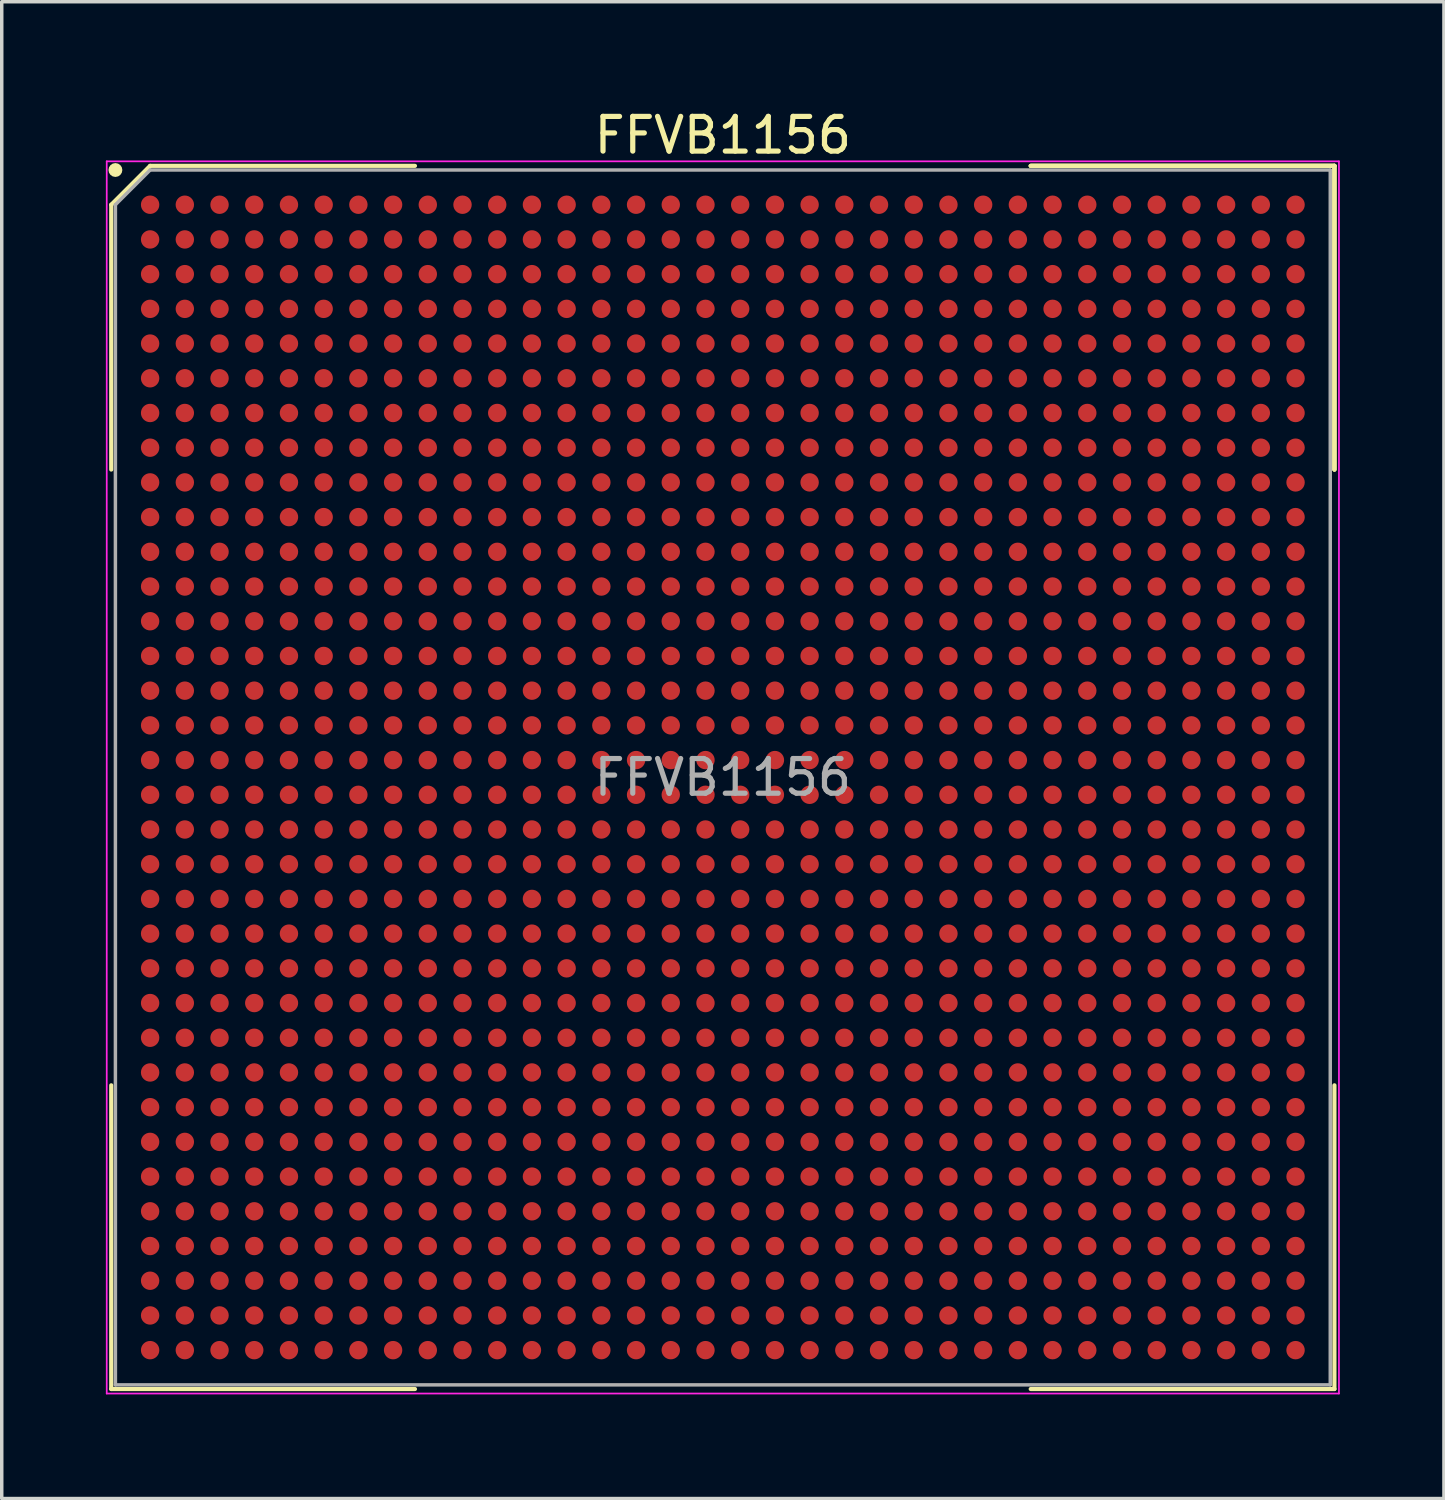
<source format=kicad_pcb>
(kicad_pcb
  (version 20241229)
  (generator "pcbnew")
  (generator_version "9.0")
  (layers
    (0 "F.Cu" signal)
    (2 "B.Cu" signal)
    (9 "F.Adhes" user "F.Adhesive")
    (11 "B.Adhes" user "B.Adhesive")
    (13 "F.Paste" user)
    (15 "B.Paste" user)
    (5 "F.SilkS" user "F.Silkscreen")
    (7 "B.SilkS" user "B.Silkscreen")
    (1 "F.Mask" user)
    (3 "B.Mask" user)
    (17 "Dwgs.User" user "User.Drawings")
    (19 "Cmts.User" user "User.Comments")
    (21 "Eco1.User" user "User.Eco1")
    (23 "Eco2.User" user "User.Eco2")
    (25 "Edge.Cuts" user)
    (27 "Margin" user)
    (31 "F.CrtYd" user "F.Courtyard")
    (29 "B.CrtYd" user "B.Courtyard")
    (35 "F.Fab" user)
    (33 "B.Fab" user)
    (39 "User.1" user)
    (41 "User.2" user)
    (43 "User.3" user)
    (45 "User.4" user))
  (footprint "FFVB1156"
    (layer "F.Cu")
    (at 17.775 19.348)
    (property "Reference" "FFVB1156" (at 0 -18.5 0) (layer "F.SilkS") (effects (font (size 1 1) (thickness 0.15))))
    (attr smd)
    (fp_line (start -17.62 -16.5) (end -17.62 -8.87) (stroke (width 0.12) (type solid)) (layer "F.SilkS"))
    (fp_line (start -17.62 17.62) (end -17.62 8.87) (stroke (width 0.12) (type solid)) (layer "F.SilkS"))
    (fp_line (start -16.5 -17.62) (end -17.62 -16.5) (stroke (width 0.12) (type solid)) (layer "F.SilkS"))
    (fp_line (start -8.87 -17.62) (end -16.5 -17.62) (stroke (width 0.12) (type solid)) (layer "F.SilkS"))
    (fp_line (start -8.87 17.62) (end -17.62 17.62) (stroke (width 0.12) (type solid)) (layer "F.SilkS"))
    (fp_line (start 8.87 -17.62) (end 17.62 -17.62) (stroke (width 0.12) (type solid)) (layer "F.SilkS"))
    (fp_line (start 8.87 -17.62) (end 17.62 -17.62) (stroke (width 0.12) (type solid)) (layer "F.SilkS"))
    (fp_line (start 8.87 -17.62) (end 17.62 -17.62) (stroke (width 0.12) (type solid)) (layer "F.SilkS"))
    (fp_line (start 8.87 17.62) (end 17.62 17.62) (stroke (width 0.12) (type solid)) (layer "F.SilkS"))
    (fp_line (start 17.62 -17.62) (end 17.62 -8.87) (stroke (width 0.12) (type solid)) (layer "F.SilkS"))
    (fp_line (start 17.62 -17.62) (end 17.62 -8.87) (stroke (width 0.12) (type solid)) (layer "F.SilkS"))
    (fp_line (start 17.62 -17.62) (end 17.62 -8.87) (stroke (width 0.12) (type solid)) (layer "F.SilkS"))
    (fp_line (start 17.62 17.62) (end 17.62 8.87) (stroke (width 0.12) (type solid)) (layer "F.SilkS"))
    (fp_circle (center -17.5 -17.5) (end -17.5 -17.4) (stroke (width 0.2) (type solid)) (fill no) (layer "F.SilkS"))
    (fp_line (start -17.75 -17.75) (end 17.75 -17.75) (stroke (width 0.05) (type solid)) (layer "F.CrtYd"))
    (fp_line (start -17.75 17.75) (end -17.75 -17.75) (stroke (width 0.05) (type solid)) (layer "F.CrtYd"))
    (fp_line (start 17.75 -17.75) (end 17.75 17.75) (stroke (width 0.05) (type solid)) (layer "F.CrtYd"))
    (fp_line (start 17.75 17.75) (end -17.75 17.75) (stroke (width 0.05) (type solid)) (layer "F.CrtYd"))
    (fp_line (start -17.5 -16.5) (end -17.5 17.5) (stroke (width 0.1) (type solid)) (layer "F.Fab"))
    (fp_line (start -17.5 17.5) (end 17.5 17.5) (stroke (width 0.1) (type solid)) (layer "F.Fab"))
    (fp_line (start -16.5 -17.5) (end -17.5 -16.5) (stroke (width 0.1) (type solid)) (layer "F.Fab"))
    (fp_line (start 17.5 -17.5) (end -16.5 -17.5) (stroke (width 0.1) (type solid)) (layer "F.Fab"))
    (fp_line (start 17.5 17.5) (end 17.5 -17.5) (stroke (width 0.1) (type solid)) (layer "F.Fab"))
    (fp_text user "${REFERENCE}" (at 0 0 0) (layer "F.Fab") (effects (font (size 1 1) (thickness 0.15))))
    (pad "A1" smd circle (at -16.5 -16.5) (size 0.53 0.53) (layers "F.Cu" "F.Mask" "F.Paste"))
    (pad "A2" smd circle (at -15.5 -16.5) (size 0.53 0.53) (layers "F.Cu" "F.Mask" "F.Paste"))
    (pad "A3" smd circle (at -14.5 -16.5) (size 0.53 0.53) (layers "F.Cu" "F.Mask" "F.Paste"))
    (pad "A4" smd circle (at -13.5 -16.5) (size 0.53 0.53) (layers "F.Cu" "F.Mask" "F.Paste"))
    (pad "A5" smd circle (at -12.5 -16.5) (size 0.53 0.53) (layers "F.Cu" "F.Mask" "F.Paste"))
    (pad "A6" smd circle (at -11.5 -16.5) (size 0.53 0.53) (layers "F.Cu" "F.Mask" "F.Paste"))
    (pad "A7" smd circle (at -10.5 -16.5) (size 0.53 0.53) (layers "F.Cu" "F.Mask" "F.Paste"))
    (pad "A8" smd circle (at -9.5 -16.5) (size 0.53 0.53) (layers "F.Cu" "F.Mask" "F.Paste"))
    (pad "A9" smd circle (at -8.5 -16.5) (size 0.53 0.53) (layers "F.Cu" "F.Mask" "F.Paste"))
    (pad "A10" smd circle (at -7.5 -16.5) (size 0.53 0.53) (layers "F.Cu" "F.Mask" "F.Paste"))
    (pad "A11" smd circle (at -6.5 -16.5) (size 0.53 0.53) (layers "F.Cu" "F.Mask" "F.Paste"))
    (pad "A12" smd circle (at -5.5 -16.5) (size 0.53 0.53) (layers "F.Cu" "F.Mask" "F.Paste"))
    (pad "A13" smd circle (at -4.5 -16.5) (size 0.53 0.53) (layers "F.Cu" "F.Mask" "F.Paste"))
    (pad "A14" smd circle (at -3.5 -16.5) (size 0.53 0.53) (layers "F.Cu" "F.Mask" "F.Paste"))
    (pad "A15" smd circle (at -2.5 -16.5) (size 0.53 0.53) (layers "F.Cu" "F.Mask" "F.Paste"))
    (pad "A16" smd circle (at -1.5 -16.5) (size 0.53 0.53) (layers "F.Cu" "F.Mask" "F.Paste"))
    (pad "A17" smd circle (at -0.5 -16.5) (size 0.53 0.53) (layers "F.Cu" "F.Mask" "F.Paste"))
    (pad "A18" smd circle (at 0.5 -16.5) (size 0.53 0.53) (layers "F.Cu" "F.Mask" "F.Paste"))
    (pad "A19" smd circle (at 1.5 -16.5) (size 0.53 0.53) (layers "F.Cu" "F.Mask" "F.Paste"))
    (pad "A20" smd circle (at 2.5 -16.5) (size 0.53 0.53) (layers "F.Cu" "F.Mask" "F.Paste"))
    (pad "A21" smd circle (at 3.5 -16.5) (size 0.53 0.53) (layers "F.Cu" "F.Mask" "F.Paste"))
    (pad "A22" smd circle (at 4.5 -16.5) (size 0.53 0.53) (layers "F.Cu" "F.Mask" "F.Paste"))
    (pad "A23" smd circle (at 5.5 -16.5) (size 0.53 0.53) (layers "F.Cu" "F.Mask" "F.Paste"))
    (pad "A24" smd circle (at 6.5 -16.5) (size 0.53 0.53) (layers "F.Cu" "F.Mask" "F.Paste"))
    (pad "A25" smd circle (at 7.5 -16.5) (size 0.53 0.53) (layers "F.Cu" "F.Mask" "F.Paste"))
    (pad "A26" smd circle (at 8.5 -16.5) (size 0.53 0.53) (layers "F.Cu" "F.Mask" "F.Paste"))
    (pad "A27" smd circle (at 9.5 -16.5) (size 0.53 0.53) (layers "F.Cu" "F.Mask" "F.Paste"))
    (pad "A28" smd circle (at 10.5 -16.5) (size 0.53 0.53) (layers "F.Cu" "F.Mask" "F.Paste"))
    (pad "A29" smd circle (at 11.5 -16.5) (size 0.53 0.53) (layers "F.Cu" "F.Mask" "F.Paste"))
    (pad "A30" smd circle (at 12.5 -16.5) (size 0.53 0.53) (layers "F.Cu" "F.Mask" "F.Paste"))
    (pad "A31" smd circle (at 13.5 -16.5) (size 0.53 0.53) (layers "F.Cu" "F.Mask" "F.Paste"))
    (pad "A32" smd circle (at 14.5 -16.5) (size 0.53 0.53) (layers "F.Cu" "F.Mask" "F.Paste"))
    (pad "A33" smd circle (at 15.5 -16.5) (size 0.53 0.53) (layers "F.Cu" "F.Mask" "F.Paste"))
    (pad "A34" smd circle (at 16.5 -16.5) (size 0.53 0.53) (layers "F.Cu" "F.Mask" "F.Paste"))
    (pad "AA1" smd circle (at -16.5 3.5) (size 0.53 0.53) (layers "F.Cu" "F.Mask" "F.Paste"))
    (pad "AA2" smd circle (at -15.5 3.5) (size 0.53 0.53) (layers "F.Cu" "F.Mask" "F.Paste"))
    (pad "AA3" smd circle (at -14.5 3.5) (size 0.53 0.53) (layers "F.Cu" "F.Mask" "F.Paste"))
    (pad "AA4" smd circle (at -13.5 3.5) (size 0.53 0.53) (layers "F.Cu" "F.Mask" "F.Paste"))
    (pad "AA5" smd circle (at -12.5 3.5) (size 0.53 0.53) (layers "F.Cu" "F.Mask" "F.Paste"))
    (pad "AA6" smd circle (at -11.5 3.5) (size 0.53 0.53) (layers "F.Cu" "F.Mask" "F.Paste"))
    (pad "AA7" smd circle (at -10.5 3.5) (size 0.53 0.53) (layers "F.Cu" "F.Mask" "F.Paste"))
    (pad "AA8" smd circle (at -9.5 3.5) (size 0.53 0.53) (layers "F.Cu" "F.Mask" "F.Paste"))
    (pad "AA9" smd circle (at -8.5 3.5) (size 0.53 0.53) (layers "F.Cu" "F.Mask" "F.Paste"))
    (pad "AA10" smd circle (at -7.5 3.5) (size 0.53 0.53) (layers "F.Cu" "F.Mask" "F.Paste"))
    (pad "AA11" smd circle (at -6.5 3.5) (size 0.53 0.53) (layers "F.Cu" "F.Mask" "F.Paste"))
    (pad "AA12" smd circle (at -5.5 3.5) (size 0.53 0.53) (layers "F.Cu" "F.Mask" "F.Paste"))
    (pad "AA13" smd circle (at -4.5 3.5) (size 0.53 0.53) (layers "F.Cu" "F.Mask" "F.Paste"))
    (pad "AA14" smd circle (at -3.5 3.5) (size 0.53 0.53) (layers "F.Cu" "F.Mask" "F.Paste"))
    (pad "AA15" smd circle (at -2.5 3.5) (size 0.53 0.53) (layers "F.Cu" "F.Mask" "F.Paste"))
    (pad "AA16" smd circle (at -1.5 3.5) (size 0.53 0.53) (layers "F.Cu" "F.Mask" "F.Paste"))
    (pad "AA17" smd circle (at -0.5 3.5) (size 0.53 0.53) (layers "F.Cu" "F.Mask" "F.Paste"))
    (pad "AA18" smd circle (at 0.5 3.5) (size 0.53 0.53) (layers "F.Cu" "F.Mask" "F.Paste"))
    (pad "AA19" smd circle (at 1.5 3.5) (size 0.53 0.53) (layers "F.Cu" "F.Mask" "F.Paste"))
    (pad "AA20" smd circle (at 2.5 3.5) (size 0.53 0.53) (layers "F.Cu" "F.Mask" "F.Paste"))
    (pad "AA21" smd circle (at 3.5 3.5) (size 0.53 0.53) (layers "F.Cu" "F.Mask" "F.Paste"))
    (pad "AA22" smd circle (at 4.5 3.5) (size 0.53 0.53) (layers "F.Cu" "F.Mask" "F.Paste"))
    (pad "AA23" smd circle (at 5.5 3.5) (size 0.53 0.53) (layers "F.Cu" "F.Mask" "F.Paste"))
    (pad "AA24" smd circle (at 6.5 3.5) (size 0.53 0.53) (layers "F.Cu" "F.Mask" "F.Paste"))
    (pad "AA25" smd circle (at 7.5 3.5) (size 0.53 0.53) (layers "F.Cu" "F.Mask" "F.Paste"))
    (pad "AA26" smd circle (at 8.5 3.5) (size 0.53 0.53) (layers "F.Cu" "F.Mask" "F.Paste"))
    (pad "AA27" smd circle (at 9.5 3.5) (size 0.53 0.53) (layers "F.Cu" "F.Mask" "F.Paste"))
    (pad "AA28" smd circle (at 10.5 3.5) (size 0.53 0.53) (layers "F.Cu" "F.Mask" "F.Paste"))
    (pad "AA29" smd circle (at 11.5 3.5) (size 0.53 0.53) (layers "F.Cu" "F.Mask" "F.Paste"))
    (pad "AA30" smd circle (at 12.5 3.5) (size 0.53 0.53) (layers "F.Cu" "F.Mask" "F.Paste"))
    (pad "AA31" smd circle (at 13.5 3.5) (size 0.53 0.53) (layers "F.Cu" "F.Mask" "F.Paste"))
    (pad "AA32" smd circle (at 14.5 3.5) (size 0.53 0.53) (layers "F.Cu" "F.Mask" "F.Paste"))
    (pad "AA33" smd circle (at 15.5 3.5) (size 0.53 0.53) (layers "F.Cu" "F.Mask" "F.Paste"))
    (pad "AA34" smd circle (at 16.5 3.5) (size 0.53 0.53) (layers "F.Cu" "F.Mask" "F.Paste"))
    (pad "AB1" smd circle (at -16.5 4.5) (size 0.53 0.53) (layers "F.Cu" "F.Mask" "F.Paste"))
    (pad "AB2" smd circle (at -15.5 4.5) (size 0.53 0.53) (layers "F.Cu" "F.Mask" "F.Paste"))
    (pad "AB3" smd circle (at -14.5 4.5) (size 0.53 0.53) (layers "F.Cu" "F.Mask" "F.Paste"))
    (pad "AB4" smd circle (at -13.5 4.5) (size 0.53 0.53) (layers "F.Cu" "F.Mask" "F.Paste"))
    (pad "AB5" smd circle (at -12.5 4.5) (size 0.53 0.53) (layers "F.Cu" "F.Mask" "F.Paste"))
    (pad "AB6" smd circle (at -11.5 4.5) (size 0.53 0.53) (layers "F.Cu" "F.Mask" "F.Paste"))
    (pad "AB7" smd circle (at -10.5 4.5) (size 0.53 0.53) (layers "F.Cu" "F.Mask" "F.Paste"))
    (pad "AB8" smd circle (at -9.5 4.5) (size 0.53 0.53) (layers "F.Cu" "F.Mask" "F.Paste"))
    (pad "AB9" smd circle (at -8.5 4.5) (size 0.53 0.53) (layers "F.Cu" "F.Mask" "F.Paste"))
    (pad "AB10" smd circle (at -7.5 4.5) (size 0.53 0.53) (layers "F.Cu" "F.Mask" "F.Paste"))
    (pad "AB11" smd circle (at -6.5 4.5) (size 0.53 0.53) (layers "F.Cu" "F.Mask" "F.Paste"))
    (pad "AB12" smd circle (at -5.5 4.5) (size 0.53 0.53) (layers "F.Cu" "F.Mask" "F.Paste"))
    (pad "AB13" smd circle (at -4.5 4.5) (size 0.53 0.53) (layers "F.Cu" "F.Mask" "F.Paste"))
    (pad "AB14" smd circle (at -3.5 4.5) (size 0.53 0.53) (layers "F.Cu" "F.Mask" "F.Paste"))
    (pad "AB15" smd circle (at -2.5 4.5) (size 0.53 0.53) (layers "F.Cu" "F.Mask" "F.Paste"))
    (pad "AB16" smd circle (at -1.5 4.5) (size 0.53 0.53) (layers "F.Cu" "F.Mask" "F.Paste"))
    (pad "AB17" smd circle (at -0.5 4.5) (size 0.53 0.53) (layers "F.Cu" "F.Mask" "F.Paste"))
    (pad "AB18" smd circle (at 0.5 4.5) (size 0.53 0.53) (layers "F.Cu" "F.Mask" "F.Paste"))
    (pad "AB19" smd circle (at 1.5 4.5) (size 0.53 0.53) (layers "F.Cu" "F.Mask" "F.Paste"))
    (pad "AB20" smd circle (at 2.5 4.5) (size 0.53 0.53) (layers "F.Cu" "F.Mask" "F.Paste"))
    (pad "AB21" smd circle (at 3.5 4.5) (size 0.53 0.53) (layers "F.Cu" "F.Mask" "F.Paste"))
    (pad "AB22" smd circle (at 4.5 4.5) (size 0.53 0.53) (layers "F.Cu" "F.Mask" "F.Paste"))
    (pad "AB23" smd circle (at 5.5 4.5) (size 0.53 0.53) (layers "F.Cu" "F.Mask" "F.Paste"))
    (pad "AB24" smd circle (at 6.5 4.5) (size 0.53 0.53) (layers "F.Cu" "F.Mask" "F.Paste"))
    (pad "AB25" smd circle (at 7.5 4.5) (size 0.53 0.53) (layers "F.Cu" "F.Mask" "F.Paste"))
    (pad "AB26" smd circle (at 8.5 4.5) (size 0.53 0.53) (layers "F.Cu" "F.Mask" "F.Paste"))
    (pad "AB27" smd circle (at 9.5 4.5) (size 0.53 0.53) (layers "F.Cu" "F.Mask" "F.Paste"))
    (pad "AB28" smd circle (at 10.5 4.5) (size 0.53 0.53) (layers "F.Cu" "F.Mask" "F.Paste"))
    (pad "AB29" smd circle (at 11.5 4.5) (size 0.53 0.53) (layers "F.Cu" "F.Mask" "F.Paste"))
    (pad "AB30" smd circle (at 12.5 4.5) (size 0.53 0.53) (layers "F.Cu" "F.Mask" "F.Paste"))
    (pad "AB31" smd circle (at 13.5 4.5) (size 0.53 0.53) (layers "F.Cu" "F.Mask" "F.Paste"))
    (pad "AB32" smd circle (at 14.5 4.5) (size 0.53 0.53) (layers "F.Cu" "F.Mask" "F.Paste"))
    (pad "AB33" smd circle (at 15.5 4.5) (size 0.53 0.53) (layers "F.Cu" "F.Mask" "F.Paste"))
    (pad "AB34" smd circle (at 16.5 4.5) (size 0.53 0.53) (layers "F.Cu" "F.Mask" "F.Paste"))
    (pad "AC1" smd circle (at -16.5 5.5) (size 0.53 0.53) (layers "F.Cu" "F.Mask" "F.Paste"))
    (pad "AC2" smd circle (at -15.5 5.5) (size 0.53 0.53) (layers "F.Cu" "F.Mask" "F.Paste"))
    (pad "AC3" smd circle (at -14.5 5.5) (size 0.53 0.53) (layers "F.Cu" "F.Mask" "F.Paste"))
    (pad "AC4" smd circle (at -13.5 5.5) (size 0.53 0.53) (layers "F.Cu" "F.Mask" "F.Paste"))
    (pad "AC5" smd circle (at -12.5 5.5) (size 0.53 0.53) (layers "F.Cu" "F.Mask" "F.Paste"))
    (pad "AC6" smd circle (at -11.5 5.5) (size 0.53 0.53) (layers "F.Cu" "F.Mask" "F.Paste"))
    (pad "AC7" smd circle (at -10.5 5.5) (size 0.53 0.53) (layers "F.Cu" "F.Mask" "F.Paste"))
    (pad "AC8" smd circle (at -9.5 5.5) (size 0.53 0.53) (layers "F.Cu" "F.Mask" "F.Paste"))
    (pad "AC9" smd circle (at -8.5 5.5) (size 0.53 0.53) (layers "F.Cu" "F.Mask" "F.Paste"))
    (pad "AC10" smd circle (at -7.5 5.5) (size 0.53 0.53) (layers "F.Cu" "F.Mask" "F.Paste"))
    (pad "AC11" smd circle (at -6.5 5.5) (size 0.53 0.53) (layers "F.Cu" "F.Mask" "F.Paste"))
    (pad "AC12" smd circle (at -5.5 5.5) (size 0.53 0.53) (layers "F.Cu" "F.Mask" "F.Paste"))
    (pad "AC13" smd circle (at -4.5 5.5) (size 0.53 0.53) (layers "F.Cu" "F.Mask" "F.Paste"))
    (pad "AC14" smd circle (at -3.5 5.5) (size 0.53 0.53) (layers "F.Cu" "F.Mask" "F.Paste"))
    (pad "AC15" smd circle (at -2.5 5.5) (size 0.53 0.53) (layers "F.Cu" "F.Mask" "F.Paste"))
    (pad "AC16" smd circle (at -1.5 5.5) (size 0.53 0.53) (layers "F.Cu" "F.Mask" "F.Paste"))
    (pad "AC17" smd circle (at -0.5 5.5) (size 0.53 0.53) (layers "F.Cu" "F.Mask" "F.Paste"))
    (pad "AC18" smd circle (at 0.5 5.5) (size 0.53 0.53) (layers "F.Cu" "F.Mask" "F.Paste"))
    (pad "AC19" smd circle (at 1.5 5.5) (size 0.53 0.53) (layers "F.Cu" "F.Mask" "F.Paste"))
    (pad "AC20" smd circle (at 2.5 5.5) (size 0.53 0.53) (layers "F.Cu" "F.Mask" "F.Paste"))
    (pad "AC21" smd circle (at 3.5 5.5) (size 0.53 0.53) (layers "F.Cu" "F.Mask" "F.Paste"))
    (pad "AC22" smd circle (at 4.5 5.5) (size 0.53 0.53) (layers "F.Cu" "F.Mask" "F.Paste"))
    (pad "AC23" smd circle (at 5.5 5.5) (size 0.53 0.53) (layers "F.Cu" "F.Mask" "F.Paste"))
    (pad "AC24" smd circle (at 6.5 5.5) (size 0.53 0.53) (layers "F.Cu" "F.Mask" "F.Paste"))
    (pad "AC25" smd circle (at 7.5 5.5) (size 0.53 0.53) (layers "F.Cu" "F.Mask" "F.Paste"))
    (pad "AC26" smd circle (at 8.5 5.5) (size 0.53 0.53) (layers "F.Cu" "F.Mask" "F.Paste"))
    (pad "AC27" smd circle (at 9.5 5.5) (size 0.53 0.53) (layers "F.Cu" "F.Mask" "F.Paste"))
    (pad "AC28" smd circle (at 10.5 5.5) (size 0.53 0.53) (layers "F.Cu" "F.Mask" "F.Paste"))
    (pad "AC29" smd circle (at 11.5 5.5) (size 0.53 0.53) (layers "F.Cu" "F.Mask" "F.Paste"))
    (pad "AC30" smd circle (at 12.5 5.5) (size 0.53 0.53) (layers "F.Cu" "F.Mask" "F.Paste"))
    (pad "AC31" smd circle (at 13.5 5.5) (size 0.53 0.53) (layers "F.Cu" "F.Mask" "F.Paste"))
    (pad "AC32" smd circle (at 14.5 5.5) (size 0.53 0.53) (layers "F.Cu" "F.Mask" "F.Paste"))
    (pad "AC33" smd circle (at 15.5 5.5) (size 0.53 0.53) (layers "F.Cu" "F.Mask" "F.Paste"))
    (pad "AC34" smd circle (at 16.5 5.5) (size 0.53 0.53) (layers "F.Cu" "F.Mask" "F.Paste"))
    (pad "AD1" smd circle (at -16.5 6.5) (size 0.53 0.53) (layers "F.Cu" "F.Mask" "F.Paste"))
    (pad "AD2" smd circle (at -15.5 6.5) (size 0.53 0.53) (layers "F.Cu" "F.Mask" "F.Paste"))
    (pad "AD3" smd circle (at -14.5 6.5) (size 0.53 0.53) (layers "F.Cu" "F.Mask" "F.Paste"))
    (pad "AD4" smd circle (at -13.5 6.5) (size 0.53 0.53) (layers "F.Cu" "F.Mask" "F.Paste"))
    (pad "AD5" smd circle (at -12.5 6.5) (size 0.53 0.53) (layers "F.Cu" "F.Mask" "F.Paste"))
    (pad "AD6" smd circle (at -11.5 6.5) (size 0.53 0.53) (layers "F.Cu" "F.Mask" "F.Paste"))
    (pad "AD7" smd circle (at -10.5 6.5) (size 0.53 0.53) (layers "F.Cu" "F.Mask" "F.Paste"))
    (pad "AD8" smd circle (at -9.5 6.5) (size 0.53 0.53) (layers "F.Cu" "F.Mask" "F.Paste"))
    (pad "AD9" smd circle (at -8.5 6.5) (size 0.53 0.53) (layers "F.Cu" "F.Mask" "F.Paste"))
    (pad "AD10" smd circle (at -7.5 6.5) (size 0.53 0.53) (layers "F.Cu" "F.Mask" "F.Paste"))
    (pad "AD11" smd circle (at -6.5 6.5) (size 0.53 0.53) (layers "F.Cu" "F.Mask" "F.Paste"))
    (pad "AD12" smd circle (at -5.5 6.5) (size 0.53 0.53) (layers "F.Cu" "F.Mask" "F.Paste"))
    (pad "AD13" smd circle (at -4.5 6.5) (size 0.53 0.53) (layers "F.Cu" "F.Mask" "F.Paste"))
    (pad "AD14" smd circle (at -3.5 6.5) (size 0.53 0.53) (layers "F.Cu" "F.Mask" "F.Paste"))
    (pad "AD15" smd circle (at -2.5 6.5) (size 0.53 0.53) (layers "F.Cu" "F.Mask" "F.Paste"))
    (pad "AD16" smd circle (at -1.5 6.5) (size 0.53 0.53) (layers "F.Cu" "F.Mask" "F.Paste"))
    (pad "AD17" smd circle (at -0.5 6.5) (size 0.53 0.53) (layers "F.Cu" "F.Mask" "F.Paste"))
    (pad "AD18" smd circle (at 0.5 6.5) (size 0.53 0.53) (layers "F.Cu" "F.Mask" "F.Paste"))
    (pad "AD19" smd circle (at 1.5 6.5) (size 0.53 0.53) (layers "F.Cu" "F.Mask" "F.Paste"))
    (pad "AD20" smd circle (at 2.5 6.5) (size 0.53 0.53) (layers "F.Cu" "F.Mask" "F.Paste"))
    (pad "AD21" smd circle (at 3.5 6.5) (size 0.53 0.53) (layers "F.Cu" "F.Mask" "F.Paste"))
    (pad "AD22" smd circle (at 4.5 6.5) (size 0.53 0.53) (layers "F.Cu" "F.Mask" "F.Paste"))
    (pad "AD23" smd circle (at 5.5 6.5) (size 0.53 0.53) (layers "F.Cu" "F.Mask" "F.Paste"))
    (pad "AD24" smd circle (at 6.5 6.5) (size 0.53 0.53) (layers "F.Cu" "F.Mask" "F.Paste"))
    (pad "AD25" smd circle (at 7.5 6.5) (size 0.53 0.53) (layers "F.Cu" "F.Mask" "F.Paste"))
    (pad "AD26" smd circle (at 8.5 6.5) (size 0.53 0.53) (layers "F.Cu" "F.Mask" "F.Paste"))
    (pad "AD27" smd circle (at 9.5 6.5) (size 0.53 0.53) (layers "F.Cu" "F.Mask" "F.Paste"))
    (pad "AD28" smd circle (at 10.5 6.5) (size 0.53 0.53) (layers "F.Cu" "F.Mask" "F.Paste"))
    (pad "AD29" smd circle (at 11.5 6.5) (size 0.53 0.53) (layers "F.Cu" "F.Mask" "F.Paste"))
    (pad "AD30" smd circle (at 12.5 6.5) (size 0.53 0.53) (layers "F.Cu" "F.Mask" "F.Paste"))
    (pad "AD31" smd circle (at 13.5 6.5) (size 0.53 0.53) (layers "F.Cu" "F.Mask" "F.Paste"))
    (pad "AD32" smd circle (at 14.5 6.5) (size 0.53 0.53) (layers "F.Cu" "F.Mask" "F.Paste"))
    (pad "AD33" smd circle (at 15.5 6.5) (size 0.53 0.53) (layers "F.Cu" "F.Mask" "F.Paste"))
    (pad "AD34" smd circle (at 16.5 6.5) (size 0.53 0.53) (layers "F.Cu" "F.Mask" "F.Paste"))
    (pad "AE1" smd circle (at -16.5 7.5) (size 0.53 0.53) (layers "F.Cu" "F.Mask" "F.Paste"))
    (pad "AE2" smd circle (at -15.5 7.5) (size 0.53 0.53) (layers "F.Cu" "F.Mask" "F.Paste"))
    (pad "AE3" smd circle (at -14.5 7.5) (size 0.53 0.53) (layers "F.Cu" "F.Mask" "F.Paste"))
    (pad "AE4" smd circle (at -13.5 7.5) (size 0.53 0.53) (layers "F.Cu" "F.Mask" "F.Paste"))
    (pad "AE5" smd circle (at -12.5 7.5) (size 0.53 0.53) (layers "F.Cu" "F.Mask" "F.Paste"))
    (pad "AE6" smd circle (at -11.5 7.5) (size 0.53 0.53) (layers "F.Cu" "F.Mask" "F.Paste"))
    (pad "AE7" smd circle (at -10.5 7.5) (size 0.53 0.53) (layers "F.Cu" "F.Mask" "F.Paste"))
    (pad "AE8" smd circle (at -9.5 7.5) (size 0.53 0.53) (layers "F.Cu" "F.Mask" "F.Paste"))
    (pad "AE9" smd circle (at -8.5 7.5) (size 0.53 0.53) (layers "F.Cu" "F.Mask" "F.Paste"))
    (pad "AE10" smd circle (at -7.5 7.5) (size 0.53 0.53) (layers "F.Cu" "F.Mask" "F.Paste"))
    (pad "AE11" smd circle (at -6.5 7.5) (size 0.53 0.53) (layers "F.Cu" "F.Mask" "F.Paste"))
    (pad "AE12" smd circle (at -5.5 7.5) (size 0.53 0.53) (layers "F.Cu" "F.Mask" "F.Paste"))
    (pad "AE13" smd circle (at -4.5 7.5) (size 0.53 0.53) (layers "F.Cu" "F.Mask" "F.Paste"))
    (pad "AE14" smd circle (at -3.5 7.5) (size 0.53 0.53) (layers "F.Cu" "F.Mask" "F.Paste"))
    (pad "AE15" smd circle (at -2.5 7.5) (size 0.53 0.53) (layers "F.Cu" "F.Mask" "F.Paste"))
    (pad "AE16" smd circle (at -1.5 7.5) (size 0.53 0.53) (layers "F.Cu" "F.Mask" "F.Paste"))
    (pad "AE17" smd circle (at -0.5 7.5) (size 0.53 0.53) (layers "F.Cu" "F.Mask" "F.Paste"))
    (pad "AE18" smd circle (at 0.5 7.5) (size 0.53 0.53) (layers "F.Cu" "F.Mask" "F.Paste"))
    (pad "AE19" smd circle (at 1.5 7.5) (size 0.53 0.53) (layers "F.Cu" "F.Mask" "F.Paste"))
    (pad "AE20" smd circle (at 2.5 7.5) (size 0.53 0.53) (layers "F.Cu" "F.Mask" "F.Paste"))
    (pad "AE21" smd circle (at 3.5 7.5) (size 0.53 0.53) (layers "F.Cu" "F.Mask" "F.Paste"))
    (pad "AE22" smd circle (at 4.5 7.5) (size 0.53 0.53) (layers "F.Cu" "F.Mask" "F.Paste"))
    (pad "AE23" smd circle (at 5.5 7.5) (size 0.53 0.53) (layers "F.Cu" "F.Mask" "F.Paste"))
    (pad "AE24" smd circle (at 6.5 7.5) (size 0.53 0.53) (layers "F.Cu" "F.Mask" "F.Paste"))
    (pad "AE25" smd circle (at 7.5 7.5) (size 0.53 0.53) (layers "F.Cu" "F.Mask" "F.Paste"))
    (pad "AE26" smd circle (at 8.5 7.5) (size 0.53 0.53) (layers "F.Cu" "F.Mask" "F.Paste"))
    (pad "AE27" smd circle (at 9.5 7.5) (size 0.53 0.53) (layers "F.Cu" "F.Mask" "F.Paste"))
    (pad "AE28" smd circle (at 10.5 7.5) (size 0.53 0.53) (layers "F.Cu" "F.Mask" "F.Paste"))
    (pad "AE29" smd circle (at 11.5 7.5) (size 0.53 0.53) (layers "F.Cu" "F.Mask" "F.Paste"))
    (pad "AE30" smd circle (at 12.5 7.5) (size 0.53 0.53) (layers "F.Cu" "F.Mask" "F.Paste"))
    (pad "AE31" smd circle (at 13.5 7.5) (size 0.53 0.53) (layers "F.Cu" "F.Mask" "F.Paste"))
    (pad "AE32" smd circle (at 14.5 7.5) (size 0.53 0.53) (layers "F.Cu" "F.Mask" "F.Paste"))
    (pad "AE33" smd circle (at 15.5 7.5) (size 0.53 0.53) (layers "F.Cu" "F.Mask" "F.Paste"))
    (pad "AE34" smd circle (at 16.5 7.5) (size 0.53 0.53) (layers "F.Cu" "F.Mask" "F.Paste"))
    (pad "AF1" smd circle (at -16.5 8.5) (size 0.53 0.53) (layers "F.Cu" "F.Mask" "F.Paste"))
    (pad "AF2" smd circle (at -15.5 8.5) (size 0.53 0.53) (layers "F.Cu" "F.Mask" "F.Paste"))
    (pad "AF3" smd circle (at -14.5 8.5) (size 0.53 0.53) (layers "F.Cu" "F.Mask" "F.Paste"))
    (pad "AF4" smd circle (at -13.5 8.5) (size 0.53 0.53) (layers "F.Cu" "F.Mask" "F.Paste"))
    (pad "AF5" smd circle (at -12.5 8.5) (size 0.53 0.53) (layers "F.Cu" "F.Mask" "F.Paste"))
    (pad "AF6" smd circle (at -11.5 8.5) (size 0.53 0.53) (layers "F.Cu" "F.Mask" "F.Paste"))
    (pad "AF7" smd circle (at -10.5 8.5) (size 0.53 0.53) (layers "F.Cu" "F.Mask" "F.Paste"))
    (pad "AF8" smd circle (at -9.5 8.5) (size 0.53 0.53) (layers "F.Cu" "F.Mask" "F.Paste"))
    (pad "AF9" smd circle (at -8.5 8.5) (size 0.53 0.53) (layers "F.Cu" "F.Mask" "F.Paste"))
    (pad "AF10" smd circle (at -7.5 8.5) (size 0.53 0.53) (layers "F.Cu" "F.Mask" "F.Paste"))
    (pad "AF11" smd circle (at -6.5 8.5) (size 0.53 0.53) (layers "F.Cu" "F.Mask" "F.Paste"))
    (pad "AF12" smd circle (at -5.5 8.5) (size 0.53 0.53) (layers "F.Cu" "F.Mask" "F.Paste"))
    (pad "AF13" smd circle (at -4.5 8.5) (size 0.53 0.53) (layers "F.Cu" "F.Mask" "F.Paste"))
    (pad "AF14" smd circle (at -3.5 8.5) (size 0.53 0.53) (layers "F.Cu" "F.Mask" "F.Paste"))
    (pad "AF15" smd circle (at -2.5 8.5) (size 0.53 0.53) (layers "F.Cu" "F.Mask" "F.Paste"))
    (pad "AF16" smd circle (at -1.5 8.5) (size 0.53 0.53) (layers "F.Cu" "F.Mask" "F.Paste"))
    (pad "AF17" smd circle (at -0.5 8.5) (size 0.53 0.53) (layers "F.Cu" "F.Mask" "F.Paste"))
    (pad "AF18" smd circle (at 0.5 8.5) (size 0.53 0.53) (layers "F.Cu" "F.Mask" "F.Paste"))
    (pad "AF19" smd circle (at 1.5 8.5) (size 0.53 0.53) (layers "F.Cu" "F.Mask" "F.Paste"))
    (pad "AF20" smd circle (at 2.5 8.5) (size 0.53 0.53) (layers "F.Cu" "F.Mask" "F.Paste"))
    (pad "AF21" smd circle (at 3.5 8.5) (size 0.53 0.53) (layers "F.Cu" "F.Mask" "F.Paste"))
    (pad "AF22" smd circle (at 4.5 8.5) (size 0.53 0.53) (layers "F.Cu" "F.Mask" "F.Paste"))
    (pad "AF23" smd circle (at 5.5 8.5) (size 0.53 0.53) (layers "F.Cu" "F.Mask" "F.Paste"))
    (pad "AF24" smd circle (at 6.5 8.5) (size 0.53 0.53) (layers "F.Cu" "F.Mask" "F.Paste"))
    (pad "AF25" smd circle (at 7.5 8.5) (size 0.53 0.53) (layers "F.Cu" "F.Mask" "F.Paste"))
    (pad "AF26" smd circle (at 8.5 8.5) (size 0.53 0.53) (layers "F.Cu" "F.Mask" "F.Paste"))
    (pad "AF27" smd circle (at 9.5 8.5) (size 0.53 0.53) (layers "F.Cu" "F.Mask" "F.Paste"))
    (pad "AF28" smd circle (at 10.5 8.5) (size 0.53 0.53) (layers "F.Cu" "F.Mask" "F.Paste"))
    (pad "AF29" smd circle (at 11.5 8.5) (size 0.53 0.53) (layers "F.Cu" "F.Mask" "F.Paste"))
    (pad "AF30" smd circle (at 12.5 8.5) (size 0.53 0.53) (layers "F.Cu" "F.Mask" "F.Paste"))
    (pad "AF31" smd circle (at 13.5 8.5) (size 0.53 0.53) (layers "F.Cu" "F.Mask" "F.Paste"))
    (pad "AF32" smd circle (at 14.5 8.5) (size 0.53 0.53) (layers "F.Cu" "F.Mask" "F.Paste"))
    (pad "AF33" smd circle (at 15.5 8.5) (size 0.53 0.53) (layers "F.Cu" "F.Mask" "F.Paste"))
    (pad "AF34" smd circle (at 16.5 8.5) (size 0.53 0.53) (layers "F.Cu" "F.Mask" "F.Paste"))
    (pad "AG1" smd circle (at -16.5 9.5) (size 0.53 0.53) (layers "F.Cu" "F.Mask" "F.Paste"))
    (pad "AG2" smd circle (at -15.5 9.5) (size 0.53 0.53) (layers "F.Cu" "F.Mask" "F.Paste"))
    (pad "AG3" smd circle (at -14.5 9.5) (size 0.53 0.53) (layers "F.Cu" "F.Mask" "F.Paste"))
    (pad "AG4" smd circle (at -13.5 9.5) (size 0.53 0.53) (layers "F.Cu" "F.Mask" "F.Paste"))
    (pad "AG5" smd circle (at -12.5 9.5) (size 0.53 0.53) (layers "F.Cu" "F.Mask" "F.Paste"))
    (pad "AG6" smd circle (at -11.5 9.5) (size 0.53 0.53) (layers "F.Cu" "F.Mask" "F.Paste"))
    (pad "AG7" smd circle (at -10.5 9.5) (size 0.53 0.53) (layers "F.Cu" "F.Mask" "F.Paste"))
    (pad "AG8" smd circle (at -9.5 9.5) (size 0.53 0.53) (layers "F.Cu" "F.Mask" "F.Paste"))
    (pad "AG9" smd circle (at -8.5 9.5) (size 0.53 0.53) (layers "F.Cu" "F.Mask" "F.Paste"))
    (pad "AG10" smd circle (at -7.5 9.5) (size 0.53 0.53) (layers "F.Cu" "F.Mask" "F.Paste"))
    (pad "AG11" smd circle (at -6.5 9.5) (size 0.53 0.53) (layers "F.Cu" "F.Mask" "F.Paste"))
    (pad "AG12" smd circle (at -5.5 9.5) (size 0.53 0.53) (layers "F.Cu" "F.Mask" "F.Paste"))
    (pad "AG13" smd circle (at -4.5 9.5) (size 0.53 0.53) (layers "F.Cu" "F.Mask" "F.Paste"))
    (pad "AG14" smd circle (at -3.5 9.5) (size 0.53 0.53) (layers "F.Cu" "F.Mask" "F.Paste"))
    (pad "AG15" smd circle (at -2.5 9.5) (size 0.53 0.53) (layers "F.Cu" "F.Mask" "F.Paste"))
    (pad "AG16" smd circle (at -1.5 9.5) (size 0.53 0.53) (layers "F.Cu" "F.Mask" "F.Paste"))
    (pad "AG17" smd circle (at -0.5 9.5) (size 0.53 0.53) (layers "F.Cu" "F.Mask" "F.Paste"))
    (pad "AG18" smd circle (at 0.5 9.5) (size 0.53 0.53) (layers "F.Cu" "F.Mask" "F.Paste"))
    (pad "AG19" smd circle (at 1.5 9.5) (size 0.53 0.53) (layers "F.Cu" "F.Mask" "F.Paste"))
    (pad "AG20" smd circle (at 2.5 9.5) (size 0.53 0.53) (layers "F.Cu" "F.Mask" "F.Paste"))
    (pad "AG21" smd circle (at 3.5 9.5) (size 0.53 0.53) (layers "F.Cu" "F.Mask" "F.Paste"))
    (pad "AG22" smd circle (at 4.5 9.5) (size 0.53 0.53) (layers "F.Cu" "F.Mask" "F.Paste"))
    (pad "AG23" smd circle (at 5.5 9.5) (size 0.53 0.53) (layers "F.Cu" "F.Mask" "F.Paste"))
    (pad "AG24" smd circle (at 6.5 9.5) (size 0.53 0.53) (layers "F.Cu" "F.Mask" "F.Paste"))
    (pad "AG25" smd circle (at 7.5 9.5) (size 0.53 0.53) (layers "F.Cu" "F.Mask" "F.Paste"))
    (pad "AG26" smd circle (at 8.5 9.5) (size 0.53 0.53) (layers "F.Cu" "F.Mask" "F.Paste"))
    (pad "AG27" smd circle (at 9.5 9.5) (size 0.53 0.53) (layers "F.Cu" "F.Mask" "F.Paste"))
    (pad "AG28" smd circle (at 10.5 9.5) (size 0.53 0.53) (layers "F.Cu" "F.Mask" "F.Paste"))
    (pad "AG29" smd circle (at 11.5 9.5) (size 0.53 0.53) (layers "F.Cu" "F.Mask" "F.Paste"))
    (pad "AG30" smd circle (at 12.5 9.5) (size 0.53 0.53) (layers "F.Cu" "F.Mask" "F.Paste"))
    (pad "AG31" smd circle (at 13.5 9.5) (size 0.53 0.53) (layers "F.Cu" "F.Mask" "F.Paste"))
    (pad "AG32" smd circle (at 14.5 9.5) (size 0.53 0.53) (layers "F.Cu" "F.Mask" "F.Paste"))
    (pad "AG33" smd circle (at 15.5 9.5) (size 0.53 0.53) (layers "F.Cu" "F.Mask" "F.Paste"))
    (pad "AG34" smd circle (at 16.5 9.5) (size 0.53 0.53) (layers "F.Cu" "F.Mask" "F.Paste"))
    (pad "AH1" smd circle (at -16.5 10.5) (size 0.53 0.53) (layers "F.Cu" "F.Mask" "F.Paste"))
    (pad "AH2" smd circle (at -15.5 10.5) (size 0.53 0.53) (layers "F.Cu" "F.Mask" "F.Paste"))
    (pad "AH3" smd circle (at -14.5 10.5) (size 0.53 0.53) (layers "F.Cu" "F.Mask" "F.Paste"))
    (pad "AH4" smd circle (at -13.5 10.5) (size 0.53 0.53) (layers "F.Cu" "F.Mask" "F.Paste"))
    (pad "AH5" smd circle (at -12.5 10.5) (size 0.53 0.53) (layers "F.Cu" "F.Mask" "F.Paste"))
    (pad "AH6" smd circle (at -11.5 10.5) (size 0.53 0.53) (layers "F.Cu" "F.Mask" "F.Paste"))
    (pad "AH7" smd circle (at -10.5 10.5) (size 0.53 0.53) (layers "F.Cu" "F.Mask" "F.Paste"))
    (pad "AH8" smd circle (at -9.5 10.5) (size 0.53 0.53) (layers "F.Cu" "F.Mask" "F.Paste"))
    (pad "AH9" smd circle (at -8.5 10.5) (size 0.53 0.53) (layers "F.Cu" "F.Mask" "F.Paste"))
    (pad "AH10" smd circle (at -7.5 10.5) (size 0.53 0.53) (layers "F.Cu" "F.Mask" "F.Paste"))
    (pad "AH11" smd circle (at -6.5 10.5) (size 0.53 0.53) (layers "F.Cu" "F.Mask" "F.Paste"))
    (pad "AH12" smd circle (at -5.5 10.5) (size 0.53 0.53) (layers "F.Cu" "F.Mask" "F.Paste"))
    (pad "AH13" smd circle (at -4.5 10.5) (size 0.53 0.53) (layers "F.Cu" "F.Mask" "F.Paste"))
    (pad "AH14" smd circle (at -3.5 10.5) (size 0.53 0.53) (layers "F.Cu" "F.Mask" "F.Paste"))
    (pad "AH15" smd circle (at -2.5 10.5) (size 0.53 0.53) (layers "F.Cu" "F.Mask" "F.Paste"))
    (pad "AH16" smd circle (at -1.5 10.5) (size 0.53 0.53) (layers "F.Cu" "F.Mask" "F.Paste"))
    (pad "AH17" smd circle (at -0.5 10.5) (size 0.53 0.53) (layers "F.Cu" "F.Mask" "F.Paste"))
    (pad "AH18" smd circle (at 0.5 10.5) (size 0.53 0.53) (layers "F.Cu" "F.Mask" "F.Paste"))
    (pad "AH19" smd circle (at 1.5 10.5) (size 0.53 0.53) (layers "F.Cu" "F.Mask" "F.Paste"))
    (pad "AH20" smd circle (at 2.5 10.5) (size 0.53 0.53) (layers "F.Cu" "F.Mask" "F.Paste"))
    (pad "AH21" smd circle (at 3.5 10.5) (size 0.53 0.53) (layers "F.Cu" "F.Mask" "F.Paste"))
    (pad "AH22" smd circle (at 4.5 10.5) (size 0.53 0.53) (layers "F.Cu" "F.Mask" "F.Paste"))
    (pad "AH23" smd circle (at 5.5 10.5) (size 0.53 0.53) (layers "F.Cu" "F.Mask" "F.Paste"))
    (pad "AH24" smd circle (at 6.5 10.5) (size 0.53 0.53) (layers "F.Cu" "F.Mask" "F.Paste"))
    (pad "AH25" smd circle (at 7.5 10.5) (size 0.53 0.53) (layers "F.Cu" "F.Mask" "F.Paste"))
    (pad "AH26" smd circle (at 8.5 10.5) (size 0.53 0.53) (layers "F.Cu" "F.Mask" "F.Paste"))
    (pad "AH27" smd circle (at 9.5 10.5) (size 0.53 0.53) (layers "F.Cu" "F.Mask" "F.Paste"))
    (pad "AH28" smd circle (at 10.5 10.5) (size 0.53 0.53) (layers "F.Cu" "F.Mask" "F.Paste"))
    (pad "AH29" smd circle (at 11.5 10.5) (size 0.53 0.53) (layers "F.Cu" "F.Mask" "F.Paste"))
    (pad "AH30" smd circle (at 12.5 10.5) (size 0.53 0.53) (layers "F.Cu" "F.Mask" "F.Paste"))
    (pad "AH31" smd circle (at 13.5 10.5) (size 0.53 0.53) (layers "F.Cu" "F.Mask" "F.Paste"))
    (pad "AH32" smd circle (at 14.5 10.5) (size 0.53 0.53) (layers "F.Cu" "F.Mask" "F.Paste"))
    (pad "AH33" smd circle (at 15.5 10.5) (size 0.53 0.53) (layers "F.Cu" "F.Mask" "F.Paste"))
    (pad "AH34" smd circle (at 16.5 10.5) (size 0.53 0.53) (layers "F.Cu" "F.Mask" "F.Paste"))
    (pad "AJ1" smd circle (at -16.5 11.5) (size 0.53 0.53) (layers "F.Cu" "F.Mask" "F.Paste"))
    (pad "AJ2" smd circle (at -15.5 11.5) (size 0.53 0.53) (layers "F.Cu" "F.Mask" "F.Paste"))
    (pad "AJ3" smd circle (at -14.5 11.5) (size 0.53 0.53) (layers "F.Cu" "F.Mask" "F.Paste"))
    (pad "AJ4" smd circle (at -13.5 11.5) (size 0.53 0.53) (layers "F.Cu" "F.Mask" "F.Paste"))
    (pad "AJ5" smd circle (at -12.5 11.5) (size 0.53 0.53) (layers "F.Cu" "F.Mask" "F.Paste"))
    (pad "AJ6" smd circle (at -11.5 11.5) (size 0.53 0.53) (layers "F.Cu" "F.Mask" "F.Paste"))
    (pad "AJ7" smd circle (at -10.5 11.5) (size 0.53 0.53) (layers "F.Cu" "F.Mask" "F.Paste"))
    (pad "AJ8" smd circle (at -9.5 11.5) (size 0.53 0.53) (layers "F.Cu" "F.Mask" "F.Paste"))
    (pad "AJ9" smd circle (at -8.5 11.5) (size 0.53 0.53) (layers "F.Cu" "F.Mask" "F.Paste"))
    (pad "AJ10" smd circle (at -7.5 11.5) (size 0.53 0.53) (layers "F.Cu" "F.Mask" "F.Paste"))
    (pad "AJ11" smd circle (at -6.5 11.5) (size 0.53 0.53) (layers "F.Cu" "F.Mask" "F.Paste"))
    (pad "AJ12" smd circle (at -5.5 11.5) (size 0.53 0.53) (layers "F.Cu" "F.Mask" "F.Paste"))
    (pad "AJ13" smd circle (at -4.5 11.5) (size 0.53 0.53) (layers "F.Cu" "F.Mask" "F.Paste"))
    (pad "AJ14" smd circle (at -3.5 11.5) (size 0.53 0.53) (layers "F.Cu" "F.Mask" "F.Paste"))
    (pad "AJ15" smd circle (at -2.5 11.5) (size 0.53 0.53) (layers "F.Cu" "F.Mask" "F.Paste"))
    (pad "AJ16" smd circle (at -1.5 11.5) (size 0.53 0.53) (layers "F.Cu" "F.Mask" "F.Paste"))
    (pad "AJ17" smd circle (at -0.5 11.5) (size 0.53 0.53) (layers "F.Cu" "F.Mask" "F.Paste"))
    (pad "AJ18" smd circle (at 0.5 11.5) (size 0.53 0.53) (layers "F.Cu" "F.Mask" "F.Paste"))
    (pad "AJ19" smd circle (at 1.5 11.5) (size 0.53 0.53) (layers "F.Cu" "F.Mask" "F.Paste"))
    (pad "AJ20" smd circle (at 2.5 11.5) (size 0.53 0.53) (layers "F.Cu" "F.Mask" "F.Paste"))
    (pad "AJ21" smd circle (at 3.5 11.5) (size 0.53 0.53) (layers "F.Cu" "F.Mask" "F.Paste"))
    (pad "AJ22" smd circle (at 4.5 11.5) (size 0.53 0.53) (layers "F.Cu" "F.Mask" "F.Paste"))
    (pad "AJ23" smd circle (at 5.5 11.5) (size 0.53 0.53) (layers "F.Cu" "F.Mask" "F.Paste"))
    (pad "AJ24" smd circle (at 6.5 11.5) (size 0.53 0.53) (layers "F.Cu" "F.Mask" "F.Paste"))
    (pad "AJ25" smd circle (at 7.5 11.5) (size 0.53 0.53) (layers "F.Cu" "F.Mask" "F.Paste"))
    (pad "AJ26" smd circle (at 8.5 11.5) (size 0.53 0.53) (layers "F.Cu" "F.Mask" "F.Paste"))
    (pad "AJ27" smd circle (at 9.5 11.5) (size 0.53 0.53) (layers "F.Cu" "F.Mask" "F.Paste"))
    (pad "AJ28" smd circle (at 10.5 11.5) (size 0.53 0.53) (layers "F.Cu" "F.Mask" "F.Paste"))
    (pad "AJ29" smd circle (at 11.5 11.5) (size 0.53 0.53) (layers "F.Cu" "F.Mask" "F.Paste"))
    (pad "AJ30" smd circle (at 12.5 11.5) (size 0.53 0.53) (layers "F.Cu" "F.Mask" "F.Paste"))
    (pad "AJ31" smd circle (at 13.5 11.5) (size 0.53 0.53) (layers "F.Cu" "F.Mask" "F.Paste"))
    (pad "AJ32" smd circle (at 14.5 11.5) (size 0.53 0.53) (layers "F.Cu" "F.Mask" "F.Paste"))
    (pad "AJ33" smd circle (at 15.5 11.5) (size 0.53 0.53) (layers "F.Cu" "F.Mask" "F.Paste"))
    (pad "AJ34" smd circle (at 16.5 11.5) (size 0.53 0.53) (layers "F.Cu" "F.Mask" "F.Paste"))
    (pad "AK1" smd circle (at -16.5 12.5) (size 0.53 0.53) (layers "F.Cu" "F.Mask" "F.Paste"))
    (pad "AK2" smd circle (at -15.5 12.5) (size 0.53 0.53) (layers "F.Cu" "F.Mask" "F.Paste"))
    (pad "AK3" smd circle (at -14.5 12.5) (size 0.53 0.53) (layers "F.Cu" "F.Mask" "F.Paste"))
    (pad "AK4" smd circle (at -13.5 12.5) (size 0.53 0.53) (layers "F.Cu" "F.Mask" "F.Paste"))
    (pad "AK5" smd circle (at -12.5 12.5) (size 0.53 0.53) (layers "F.Cu" "F.Mask" "F.Paste"))
    (pad "AK6" smd circle (at -11.5 12.5) (size 0.53 0.53) (layers "F.Cu" "F.Mask" "F.Paste"))
    (pad "AK7" smd circle (at -10.5 12.5) (size 0.53 0.53) (layers "F.Cu" "F.Mask" "F.Paste"))
    (pad "AK8" smd circle (at -9.5 12.5) (size 0.53 0.53) (layers "F.Cu" "F.Mask" "F.Paste"))
    (pad "AK9" smd circle (at -8.5 12.5) (size 0.53 0.53) (layers "F.Cu" "F.Mask" "F.Paste"))
    (pad "AK10" smd circle (at -7.5 12.5) (size 0.53 0.53) (layers "F.Cu" "F.Mask" "F.Paste"))
    (pad "AK11" smd circle (at -6.5 12.5) (size 0.53 0.53) (layers "F.Cu" "F.Mask" "F.Paste"))
    (pad "AK12" smd circle (at -5.5 12.5) (size 0.53 0.53) (layers "F.Cu" "F.Mask" "F.Paste"))
    (pad "AK13" smd circle (at -4.5 12.5) (size 0.53 0.53) (layers "F.Cu" "F.Mask" "F.Paste"))
    (pad "AK14" smd circle (at -3.5 12.5) (size 0.53 0.53) (layers "F.Cu" "F.Mask" "F.Paste"))
    (pad "AK15" smd circle (at -2.5 12.5) (size 0.53 0.53) (layers "F.Cu" "F.Mask" "F.Paste"))
    (pad "AK16" smd circle (at -1.5 12.5) (size 0.53 0.53) (layers "F.Cu" "F.Mask" "F.Paste"))
    (pad "AK17" smd circle (at -0.5 12.5) (size 0.53 0.53) (layers "F.Cu" "F.Mask" "F.Paste"))
    (pad "AK18" smd circle (at 0.5 12.5) (size 0.53 0.53) (layers "F.Cu" "F.Mask" "F.Paste"))
    (pad "AK19" smd circle (at 1.5 12.5) (size 0.53 0.53) (layers "F.Cu" "F.Mask" "F.Paste"))
    (pad "AK20" smd circle (at 2.5 12.5) (size 0.53 0.53) (layers "F.Cu" "F.Mask" "F.Paste"))
    (pad "AK21" smd circle (at 3.5 12.5) (size 0.53 0.53) (layers "F.Cu" "F.Mask" "F.Paste"))
    (pad "AK22" smd circle (at 4.5 12.5) (size 0.53 0.53) (layers "F.Cu" "F.Mask" "F.Paste"))
    (pad "AK23" smd circle (at 5.5 12.5) (size 0.53 0.53) (layers "F.Cu" "F.Mask" "F.Paste"))
    (pad "AK24" smd circle (at 6.5 12.5) (size 0.53 0.53) (layers "F.Cu" "F.Mask" "F.Paste"))
    (pad "AK25" smd circle (at 7.5 12.5) (size 0.53 0.53) (layers "F.Cu" "F.Mask" "F.Paste"))
    (pad "AK26" smd circle (at 8.5 12.5) (size 0.53 0.53) (layers "F.Cu" "F.Mask" "F.Paste"))
    (pad "AK27" smd circle (at 9.5 12.5) (size 0.53 0.53) (layers "F.Cu" "F.Mask" "F.Paste"))
    (pad "AK28" smd circle (at 10.5 12.5) (size 0.53 0.53) (layers "F.Cu" "F.Mask" "F.Paste"))
    (pad "AK29" smd circle (at 11.5 12.5) (size 0.53 0.53) (layers "F.Cu" "F.Mask" "F.Paste"))
    (pad "AK30" smd circle (at 12.5 12.5) (size 0.53 0.53) (layers "F.Cu" "F.Mask" "F.Paste"))
    (pad "AK31" smd circle (at 13.5 12.5) (size 0.53 0.53) (layers "F.Cu" "F.Mask" "F.Paste"))
    (pad "AK32" smd circle (at 14.5 12.5) (size 0.53 0.53) (layers "F.Cu" "F.Mask" "F.Paste"))
    (pad "AK33" smd circle (at 15.5 12.5) (size 0.53 0.53) (layers "F.Cu" "F.Mask" "F.Paste"))
    (pad "AK34" smd circle (at 16.5 12.5) (size 0.53 0.53) (layers "F.Cu" "F.Mask" "F.Paste"))
    (pad "AL1" smd circle (at -16.5 13.5) (size 0.53 0.53) (layers "F.Cu" "F.Mask" "F.Paste"))
    (pad "AL2" smd circle (at -15.5 13.5) (size 0.53 0.53) (layers "F.Cu" "F.Mask" "F.Paste"))
    (pad "AL3" smd circle (at -14.5 13.5) (size 0.53 0.53) (layers "F.Cu" "F.Mask" "F.Paste"))
    (pad "AL4" smd circle (at -13.5 13.5) (size 0.53 0.53) (layers "F.Cu" "F.Mask" "F.Paste"))
    (pad "AL5" smd circle (at -12.5 13.5) (size 0.53 0.53) (layers "F.Cu" "F.Mask" "F.Paste"))
    (pad "AL6" smd circle (at -11.5 13.5) (size 0.53 0.53) (layers "F.Cu" "F.Mask" "F.Paste"))
    (pad "AL7" smd circle (at -10.5 13.5) (size 0.53 0.53) (layers "F.Cu" "F.Mask" "F.Paste"))
    (pad "AL8" smd circle (at -9.5 13.5) (size 0.53 0.53) (layers "F.Cu" "F.Mask" "F.Paste"))
    (pad "AL9" smd circle (at -8.5 13.5) (size 0.53 0.53) (layers "F.Cu" "F.Mask" "F.Paste"))
    (pad "AL10" smd circle (at -7.5 13.5) (size 0.53 0.53) (layers "F.Cu" "F.Mask" "F.Paste"))
    (pad "AL11" smd circle (at -6.5 13.5) (size 0.53 0.53) (layers "F.Cu" "F.Mask" "F.Paste"))
    (pad "AL12" smd circle (at -5.5 13.5) (size 0.53 0.53) (layers "F.Cu" "F.Mask" "F.Paste"))
    (pad "AL13" smd circle (at -4.5 13.5) (size 0.53 0.53) (layers "F.Cu" "F.Mask" "F.Paste"))
    (pad "AL14" smd circle (at -3.5 13.5) (size 0.53 0.53) (layers "F.Cu" "F.Mask" "F.Paste"))
    (pad "AL15" smd circle (at -2.5 13.5) (size 0.53 0.53) (layers "F.Cu" "F.Mask" "F.Paste"))
    (pad "AL16" smd circle (at -1.5 13.5) (size 0.53 0.53) (layers "F.Cu" "F.Mask" "F.Paste"))
    (pad "AL17" smd circle (at -0.5 13.5) (size 0.53 0.53) (layers "F.Cu" "F.Mask" "F.Paste"))
    (pad "AL18" smd circle (at 0.5 13.5) (size 0.53 0.53) (layers "F.Cu" "F.Mask" "F.Paste"))
    (pad "AL19" smd circle (at 1.5 13.5) (size 0.53 0.53) (layers "F.Cu" "F.Mask" "F.Paste"))
    (pad "AL20" smd circle (at 2.5 13.5) (size 0.53 0.53) (layers "F.Cu" "F.Mask" "F.Paste"))
    (pad "AL21" smd circle (at 3.5 13.5) (size 0.53 0.53) (layers "F.Cu" "F.Mask" "F.Paste"))
    (pad "AL22" smd circle (at 4.5 13.5) (size 0.53 0.53) (layers "F.Cu" "F.Mask" "F.Paste"))
    (pad "AL23" smd circle (at 5.5 13.5) (size 0.53 0.53) (layers "F.Cu" "F.Mask" "F.Paste"))
    (pad "AL24" smd circle (at 6.5 13.5) (size 0.53 0.53) (layers "F.Cu" "F.Mask" "F.Paste"))
    (pad "AL25" smd circle (at 7.5 13.5) (size 0.53 0.53) (layers "F.Cu" "F.Mask" "F.Paste"))
    (pad "AL26" smd circle (at 8.5 13.5) (size 0.53 0.53) (layers "F.Cu" "F.Mask" "F.Paste"))
    (pad "AL27" smd circle (at 9.5 13.5) (size 0.53 0.53) (layers "F.Cu" "F.Mask" "F.Paste"))
    (pad "AL28" smd circle (at 10.5 13.5) (size 0.53 0.53) (layers "F.Cu" "F.Mask" "F.Paste"))
    (pad "AL29" smd circle (at 11.5 13.5) (size 0.53 0.53) (layers "F.Cu" "F.Mask" "F.Paste"))
    (pad "AL30" smd circle (at 12.5 13.5) (size 0.53 0.53) (layers "F.Cu" "F.Mask" "F.Paste"))
    (pad "AL31" smd circle (at 13.5 13.5) (size 0.53 0.53) (layers "F.Cu" "F.Mask" "F.Paste"))
    (pad "AL32" smd circle (at 14.5 13.5) (size 0.53 0.53) (layers "F.Cu" "F.Mask" "F.Paste"))
    (pad "AL33" smd circle (at 15.5 13.5) (size 0.53 0.53) (layers "F.Cu" "F.Mask" "F.Paste"))
    (pad "AL34" smd circle (at 16.5 13.5) (size 0.53 0.53) (layers "F.Cu" "F.Mask" "F.Paste"))
    (pad "AM1" smd circle (at -16.5 14.5) (size 0.53 0.53) (layers "F.Cu" "F.Mask" "F.Paste"))
    (pad "AM2" smd circle (at -15.5 14.5) (size 0.53 0.53) (layers "F.Cu" "F.Mask" "F.Paste"))
    (pad "AM3" smd circle (at -14.5 14.5) (size 0.53 0.53) (layers "F.Cu" "F.Mask" "F.Paste"))
    (pad "AM4" smd circle (at -13.5 14.5) (size 0.53 0.53) (layers "F.Cu" "F.Mask" "F.Paste"))
    (pad "AM5" smd circle (at -12.5 14.5) (size 0.53 0.53) (layers "F.Cu" "F.Mask" "F.Paste"))
    (pad "AM6" smd circle (at -11.5 14.5) (size 0.53 0.53) (layers "F.Cu" "F.Mask" "F.Paste"))
    (pad "AM7" smd circle (at -10.5 14.5) (size 0.53 0.53) (layers "F.Cu" "F.Mask" "F.Paste"))
    (pad "AM8" smd circle (at -9.5 14.5) (size 0.53 0.53) (layers "F.Cu" "F.Mask" "F.Paste"))
    (pad "AM9" smd circle (at -8.5 14.5) (size 0.53 0.53) (layers "F.Cu" "F.Mask" "F.Paste"))
    (pad "AM10" smd circle (at -7.5 14.5) (size 0.53 0.53) (layers "F.Cu" "F.Mask" "F.Paste"))
    (pad "AM11" smd circle (at -6.5 14.5) (size 0.53 0.53) (layers "F.Cu" "F.Mask" "F.Paste"))
    (pad "AM12" smd circle (at -5.5 14.5) (size 0.53 0.53) (layers "F.Cu" "F.Mask" "F.Paste"))
    (pad "AM13" smd circle (at -4.5 14.5) (size 0.53 0.53) (layers "F.Cu" "F.Mask" "F.Paste"))
    (pad "AM14" smd circle (at -3.5 14.5) (size 0.53 0.53) (layers "F.Cu" "F.Mask" "F.Paste"))
    (pad "AM15" smd circle (at -2.5 14.5) (size 0.53 0.53) (layers "F.Cu" "F.Mask" "F.Paste"))
    (pad "AM16" smd circle (at -1.5 14.5) (size 0.53 0.53) (layers "F.Cu" "F.Mask" "F.Paste"))
    (pad "AM17" smd circle (at -0.5 14.5) (size 0.53 0.53) (layers "F.Cu" "F.Mask" "F.Paste"))
    (pad "AM18" smd circle (at 0.5 14.5) (size 0.53 0.53) (layers "F.Cu" "F.Mask" "F.Paste"))
    (pad "AM19" smd circle (at 1.5 14.5) (size 0.53 0.53) (layers "F.Cu" "F.Mask" "F.Paste"))
    (pad "AM20" smd circle (at 2.5 14.5) (size 0.53 0.53) (layers "F.Cu" "F.Mask" "F.Paste"))
    (pad "AM21" smd circle (at 3.5 14.5) (size 0.53 0.53) (layers "F.Cu" "F.Mask" "F.Paste"))
    (pad "AM22" smd circle (at 4.5 14.5) (size 0.53 0.53) (layers "F.Cu" "F.Mask" "F.Paste"))
    (pad "AM23" smd circle (at 5.5 14.5) (size 0.53 0.53) (layers "F.Cu" "F.Mask" "F.Paste"))
    (pad "AM24" smd circle (at 6.5 14.5) (size 0.53 0.53) (layers "F.Cu" "F.Mask" "F.Paste"))
    (pad "AM25" smd circle (at 7.5 14.5) (size 0.53 0.53) (layers "F.Cu" "F.Mask" "F.Paste"))
    (pad "AM26" smd circle (at 8.5 14.5) (size 0.53 0.53) (layers "F.Cu" "F.Mask" "F.Paste"))
    (pad "AM27" smd circle (at 9.5 14.5) (size 0.53 0.53) (layers "F.Cu" "F.Mask" "F.Paste"))
    (pad "AM28" smd circle (at 10.5 14.5) (size 0.53 0.53) (layers "F.Cu" "F.Mask" "F.Paste"))
    (pad "AM29" smd circle (at 11.5 14.5) (size 0.53 0.53) (layers "F.Cu" "F.Mask" "F.Paste"))
    (pad "AM30" smd circle (at 12.5 14.5) (size 0.53 0.53) (layers "F.Cu" "F.Mask" "F.Paste"))
    (pad "AM31" smd circle (at 13.5 14.5) (size 0.53 0.53) (layers "F.Cu" "F.Mask" "F.Paste"))
    (pad "AM32" smd circle (at 14.5 14.5) (size 0.53 0.53) (layers "F.Cu" "F.Mask" "F.Paste"))
    (pad "AM33" smd circle (at 15.5 14.5) (size 0.53 0.53) (layers "F.Cu" "F.Mask" "F.Paste"))
    (pad "AM34" smd circle (at 16.5 14.5) (size 0.53 0.53) (layers "F.Cu" "F.Mask" "F.Paste"))
    (pad "AN1" smd circle (at -16.5 15.5) (size 0.53 0.53) (layers "F.Cu" "F.Mask" "F.Paste"))
    (pad "AN2" smd circle (at -15.5 15.5) (size 0.53 0.53) (layers "F.Cu" "F.Mask" "F.Paste"))
    (pad "AN3" smd circle (at -14.5 15.5) (size 0.53 0.53) (layers "F.Cu" "F.Mask" "F.Paste"))
    (pad "AN4" smd circle (at -13.5 15.5) (size 0.53 0.53) (layers "F.Cu" "F.Mask" "F.Paste"))
    (pad "AN5" smd circle (at -12.5 15.5) (size 0.53 0.53) (layers "F.Cu" "F.Mask" "F.Paste"))
    (pad "AN6" smd circle (at -11.5 15.5) (size 0.53 0.53) (layers "F.Cu" "F.Mask" "F.Paste"))
    (pad "AN7" smd circle (at -10.5 15.5) (size 0.53 0.53) (layers "F.Cu" "F.Mask" "F.Paste"))
    (pad "AN8" smd circle (at -9.5 15.5) (size 0.53 0.53) (layers "F.Cu" "F.Mask" "F.Paste"))
    (pad "AN9" smd circle (at -8.5 15.5) (size 0.53 0.53) (layers "F.Cu" "F.Mask" "F.Paste"))
    (pad "AN10" smd circle (at -7.5 15.5) (size 0.53 0.53) (layers "F.Cu" "F.Mask" "F.Paste"))
    (pad "AN11" smd circle (at -6.5 15.5) (size 0.53 0.53) (layers "F.Cu" "F.Mask" "F.Paste"))
    (pad "AN12" smd circle (at -5.5 15.5) (size 0.53 0.53) (layers "F.Cu" "F.Mask" "F.Paste"))
    (pad "AN13" smd circle (at -4.5 15.5) (size 0.53 0.53) (layers "F.Cu" "F.Mask" "F.Paste"))
    (pad "AN14" smd circle (at -3.5 15.5) (size 0.53 0.53) (layers "F.Cu" "F.Mask" "F.Paste"))
    (pad "AN15" smd circle (at -2.5 15.5) (size 0.53 0.53) (layers "F.Cu" "F.Mask" "F.Paste"))
    (pad "AN16" smd circle (at -1.5 15.5) (size 0.53 0.53) (layers "F.Cu" "F.Mask" "F.Paste"))
    (pad "AN17" smd circle (at -0.5 15.5) (size 0.53 0.53) (layers "F.Cu" "F.Mask" "F.Paste"))
    (pad "AN18" smd circle (at 0.5 15.5) (size 0.53 0.53) (layers "F.Cu" "F.Mask" "F.Paste"))
    (pad "AN19" smd circle (at 1.5 15.5) (size 0.53 0.53) (layers "F.Cu" "F.Mask" "F.Paste"))
    (pad "AN20" smd circle (at 2.5 15.5) (size 0.53 0.53) (layers "F.Cu" "F.Mask" "F.Paste"))
    (pad "AN21" smd circle (at 3.5 15.5) (size 0.53 0.53) (layers "F.Cu" "F.Mask" "F.Paste"))
    (pad "AN22" smd circle (at 4.5 15.5) (size 0.53 0.53) (layers "F.Cu" "F.Mask" "F.Paste"))
    (pad "AN23" smd circle (at 5.5 15.5) (size 0.53 0.53) (layers "F.Cu" "F.Mask" "F.Paste"))
    (pad "AN24" smd circle (at 6.5 15.5) (size 0.53 0.53) (layers "F.Cu" "F.Mask" "F.Paste"))
    (pad "AN25" smd circle (at 7.5 15.5) (size 0.53 0.53) (layers "F.Cu" "F.Mask" "F.Paste"))
    (pad "AN26" smd circle (at 8.5 15.5) (size 0.53 0.53) (layers "F.Cu" "F.Mask" "F.Paste"))
    (pad "AN27" smd circle (at 9.5 15.5) (size 0.53 0.53) (layers "F.Cu" "F.Mask" "F.Paste"))
    (pad "AN28" smd circle (at 10.5 15.5) (size 0.53 0.53) (layers "F.Cu" "F.Mask" "F.Paste"))
    (pad "AN29" smd circle (at 11.5 15.5) (size 0.53 0.53) (layers "F.Cu" "F.Mask" "F.Paste"))
    (pad "AN30" smd circle (at 12.5 15.5) (size 0.53 0.53) (layers "F.Cu" "F.Mask" "F.Paste"))
    (pad "AN31" smd circle (at 13.5 15.5) (size 0.53 0.53) (layers "F.Cu" "F.Mask" "F.Paste"))
    (pad "AN32" smd circle (at 14.5 15.5) (size 0.53 0.53) (layers "F.Cu" "F.Mask" "F.Paste"))
    (pad "AN33" smd circle (at 15.5 15.5) (size 0.53 0.53) (layers "F.Cu" "F.Mask" "F.Paste"))
    (pad "AN34" smd circle (at 16.5 15.5) (size 0.53 0.53) (layers "F.Cu" "F.Mask" "F.Paste"))
    (pad "AP1" smd circle (at -16.5 16.5) (size 0.53 0.53) (layers "F.Cu" "F.Mask" "F.Paste"))
    (pad "AP2" smd circle (at -15.5 16.5) (size 0.53 0.53) (layers "F.Cu" "F.Mask" "F.Paste"))
    (pad "AP3" smd circle (at -14.5 16.5) (size 0.53 0.53) (layers "F.Cu" "F.Mask" "F.Paste"))
    (pad "AP4" smd circle (at -13.5 16.5) (size 0.53 0.53) (layers "F.Cu" "F.Mask" "F.Paste"))
    (pad "AP5" smd circle (at -12.5 16.5) (size 0.53 0.53) (layers "F.Cu" "F.Mask" "F.Paste"))
    (pad "AP6" smd circle (at -11.5 16.5) (size 0.53 0.53) (layers "F.Cu" "F.Mask" "F.Paste"))
    (pad "AP7" smd circle (at -10.5 16.5) (size 0.53 0.53) (layers "F.Cu" "F.Mask" "F.Paste"))
    (pad "AP8" smd circle (at -9.5 16.5) (size 0.53 0.53) (layers "F.Cu" "F.Mask" "F.Paste"))
    (pad "AP9" smd circle (at -8.5 16.5) (size 0.53 0.53) (layers "F.Cu" "F.Mask" "F.Paste"))
    (pad "AP10" smd circle (at -7.5 16.5) (size 0.53 0.53) (layers "F.Cu" "F.Mask" "F.Paste"))
    (pad "AP11" smd circle (at -6.5 16.5) (size 0.53 0.53) (layers "F.Cu" "F.Mask" "F.Paste"))
    (pad "AP12" smd circle (at -5.5 16.5) (size 0.53 0.53) (layers "F.Cu" "F.Mask" "F.Paste"))
    (pad "AP13" smd circle (at -4.5 16.5) (size 0.53 0.53) (layers "F.Cu" "F.Mask" "F.Paste"))
    (pad "AP14" smd circle (at -3.5 16.5) (size 0.53 0.53) (layers "F.Cu" "F.Mask" "F.Paste"))
    (pad "AP15" smd circle (at -2.5 16.5) (size 0.53 0.53) (layers "F.Cu" "F.Mask" "F.Paste"))
    (pad "AP16" smd circle (at -1.5 16.5) (size 0.53 0.53) (layers "F.Cu" "F.Mask" "F.Paste"))
    (pad "AP17" smd circle (at -0.5 16.5) (size 0.53 0.53) (layers "F.Cu" "F.Mask" "F.Paste"))
    (pad "AP18" smd circle (at 0.5 16.5) (size 0.53 0.53) (layers "F.Cu" "F.Mask" "F.Paste"))
    (pad "AP19" smd circle (at 1.5 16.5) (size 0.53 0.53) (layers "F.Cu" "F.Mask" "F.Paste"))
    (pad "AP20" smd circle (at 2.5 16.5) (size 0.53 0.53) (layers "F.Cu" "F.Mask" "F.Paste"))
    (pad "AP21" smd circle (at 3.5 16.5) (size 0.53 0.53) (layers "F.Cu" "F.Mask" "F.Paste"))
    (pad "AP22" smd circle (at 4.5 16.5) (size 0.53 0.53) (layers "F.Cu" "F.Mask" "F.Paste"))
    (pad "AP23" smd circle (at 5.5 16.5) (size 0.53 0.53) (layers "F.Cu" "F.Mask" "F.Paste"))
    (pad "AP24" smd circle (at 6.5 16.5) (size 0.53 0.53) (layers "F.Cu" "F.Mask" "F.Paste"))
    (pad "AP25" smd circle (at 7.5 16.5) (size 0.53 0.53) (layers "F.Cu" "F.Mask" "F.Paste"))
    (pad "AP26" smd circle (at 8.5 16.5) (size 0.53 0.53) (layers "F.Cu" "F.Mask" "F.Paste"))
    (pad "AP27" smd circle (at 9.5 16.5) (size 0.53 0.53) (layers "F.Cu" "F.Mask" "F.Paste"))
    (pad "AP28" smd circle (at 10.5 16.5) (size 0.53 0.53) (layers "F.Cu" "F.Mask" "F.Paste"))
    (pad "AP29" smd circle (at 11.5 16.5) (size 0.53 0.53) (layers "F.Cu" "F.Mask" "F.Paste"))
    (pad "AP30" smd circle (at 12.5 16.5) (size 0.53 0.53) (layers "F.Cu" "F.Mask" "F.Paste"))
    (pad "AP31" smd circle (at 13.5 16.5) (size 0.53 0.53) (layers "F.Cu" "F.Mask" "F.Paste"))
    (pad "AP32" smd circle (at 14.5 16.5) (size 0.53 0.53) (layers "F.Cu" "F.Mask" "F.Paste"))
    (pad "AP33" smd circle (at 15.5 16.5) (size 0.53 0.53) (layers "F.Cu" "F.Mask" "F.Paste"))
    (pad "AP34" smd circle (at 16.5 16.5) (size 0.53 0.53) (layers "F.Cu" "F.Mask" "F.Paste"))
    (pad "B1" smd circle (at -16.5 -15.5) (size 0.53 0.53) (layers "F.Cu" "F.Mask" "F.Paste"))
    (pad "B2" smd circle (at -15.5 -15.5) (size 0.53 0.53) (layers "F.Cu" "F.Mask" "F.Paste"))
    (pad "B3" smd circle (at -14.5 -15.5) (size 0.53 0.53) (layers "F.Cu" "F.Mask" "F.Paste"))
    (pad "B4" smd circle (at -13.5 -15.5) (size 0.53 0.53) (layers "F.Cu" "F.Mask" "F.Paste"))
    (pad "B5" smd circle (at -12.5 -15.5) (size 0.53 0.53) (layers "F.Cu" "F.Mask" "F.Paste"))
    (pad "B6" smd circle (at -11.5 -15.5) (size 0.53 0.53) (layers "F.Cu" "F.Mask" "F.Paste"))
    (pad "B7" smd circle (at -10.5 -15.5) (size 0.53 0.53) (layers "F.Cu" "F.Mask" "F.Paste"))
    (pad "B8" smd circle (at -9.5 -15.5) (size 0.53 0.53) (layers "F.Cu" "F.Mask" "F.Paste"))
    (pad "B9" smd circle (at -8.5 -15.5) (size 0.53 0.53) (layers "F.Cu" "F.Mask" "F.Paste"))
    (pad "B10" smd circle (at -7.5 -15.5) (size 0.53 0.53) (layers "F.Cu" "F.Mask" "F.Paste"))
    (pad "B11" smd circle (at -6.5 -15.5) (size 0.53 0.53) (layers "F.Cu" "F.Mask" "F.Paste"))
    (pad "B12" smd circle (at -5.5 -15.5) (size 0.53 0.53) (layers "F.Cu" "F.Mask" "F.Paste"))
    (pad "B13" smd circle (at -4.5 -15.5) (size 0.53 0.53) (layers "F.Cu" "F.Mask" "F.Paste"))
    (pad "B14" smd circle (at -3.5 -15.5) (size 0.53 0.53) (layers "F.Cu" "F.Mask" "F.Paste"))
    (pad "B15" smd circle (at -2.5 -15.5) (size 0.53 0.53) (layers "F.Cu" "F.Mask" "F.Paste"))
    (pad "B16" smd circle (at -1.5 -15.5) (size 0.53 0.53) (layers "F.Cu" "F.Mask" "F.Paste"))
    (pad "B17" smd circle (at -0.5 -15.5) (size 0.53 0.53) (layers "F.Cu" "F.Mask" "F.Paste"))
    (pad "B18" smd circle (at 0.5 -15.5) (size 0.53 0.53) (layers "F.Cu" "F.Mask" "F.Paste"))
    (pad "B19" smd circle (at 1.5 -15.5) (size 0.53 0.53) (layers "F.Cu" "F.Mask" "F.Paste"))
    (pad "B20" smd circle (at 2.5 -15.5) (size 0.53 0.53) (layers "F.Cu" "F.Mask" "F.Paste"))
    (pad "B21" smd circle (at 3.5 -15.5) (size 0.53 0.53) (layers "F.Cu" "F.Mask" "F.Paste"))
    (pad "B22" smd circle (at 4.5 -15.5) (size 0.53 0.53) (layers "F.Cu" "F.Mask" "F.Paste"))
    (pad "B23" smd circle (at 5.5 -15.5) (size 0.53 0.53) (layers "F.Cu" "F.Mask" "F.Paste"))
    (pad "B24" smd circle (at 6.5 -15.5) (size 0.53 0.53) (layers "F.Cu" "F.Mask" "F.Paste"))
    (pad "B25" smd circle (at 7.5 -15.5) (size 0.53 0.53) (layers "F.Cu" "F.Mask" "F.Paste"))
    (pad "B26" smd circle (at 8.5 -15.5) (size 0.53 0.53) (layers "F.Cu" "F.Mask" "F.Paste"))
    (pad "B27" smd circle (at 9.5 -15.5) (size 0.53 0.53) (layers "F.Cu" "F.Mask" "F.Paste"))
    (pad "B28" smd circle (at 10.5 -15.5) (size 0.53 0.53) (layers "F.Cu" "F.Mask" "F.Paste"))
    (pad "B29" smd circle (at 11.5 -15.5) (size 0.53 0.53) (layers "F.Cu" "F.Mask" "F.Paste"))
    (pad "B30" smd circle (at 12.5 -15.5) (size 0.53 0.53) (layers "F.Cu" "F.Mask" "F.Paste"))
    (pad "B31" smd circle (at 13.5 -15.5) (size 0.53 0.53) (layers "F.Cu" "F.Mask" "F.Paste"))
    (pad "B32" smd circle (at 14.5 -15.5) (size 0.53 0.53) (layers "F.Cu" "F.Mask" "F.Paste"))
    (pad "B33" smd circle (at 15.5 -15.5) (size 0.53 0.53) (layers "F.Cu" "F.Mask" "F.Paste"))
    (pad "B34" smd circle (at 16.5 -15.5) (size 0.53 0.53) (layers "F.Cu" "F.Mask" "F.Paste"))
    (pad "C1" smd circle (at -16.5 -14.5) (size 0.53 0.53) (layers "F.Cu" "F.Mask" "F.Paste"))
    (pad "C2" smd circle (at -15.5 -14.5) (size 0.53 0.53) (layers "F.Cu" "F.Mask" "F.Paste"))
    (pad "C3" smd circle (at -14.5 -14.5) (size 0.53 0.53) (layers "F.Cu" "F.Mask" "F.Paste"))
    (pad "C4" smd circle (at -13.5 -14.5) (size 0.53 0.53) (layers "F.Cu" "F.Mask" "F.Paste"))
    (pad "C5" smd circle (at -12.5 -14.5) (size 0.53 0.53) (layers "F.Cu" "F.Mask" "F.Paste"))
    (pad "C6" smd circle (at -11.5 -14.5) (size 0.53 0.53) (layers "F.Cu" "F.Mask" "F.Paste"))
    (pad "C7" smd circle (at -10.5 -14.5) (size 0.53 0.53) (layers "F.Cu" "F.Mask" "F.Paste"))
    (pad "C8" smd circle (at -9.5 -14.5) (size 0.53 0.53) (layers "F.Cu" "F.Mask" "F.Paste"))
    (pad "C9" smd circle (at -8.5 -14.5) (size 0.53 0.53) (layers "F.Cu" "F.Mask" "F.Paste"))
    (pad "C10" smd circle (at -7.5 -14.5) (size 0.53 0.53) (layers "F.Cu" "F.Mask" "F.Paste"))
    (pad "C11" smd circle (at -6.5 -14.5) (size 0.53 0.53) (layers "F.Cu" "F.Mask" "F.Paste"))
    (pad "C12" smd circle (at -5.5 -14.5) (size 0.53 0.53) (layers "F.Cu" "F.Mask" "F.Paste"))
    (pad "C13" smd circle (at -4.5 -14.5) (size 0.53 0.53) (layers "F.Cu" "F.Mask" "F.Paste"))
    (pad "C14" smd circle (at -3.5 -14.5) (size 0.53 0.53) (layers "F.Cu" "F.Mask" "F.Paste"))
    (pad "C15" smd circle (at -2.5 -14.5) (size 0.53 0.53) (layers "F.Cu" "F.Mask" "F.Paste"))
    (pad "C16" smd circle (at -1.5 -14.5) (size 0.53 0.53) (layers "F.Cu" "F.Mask" "F.Paste"))
    (pad "C17" smd circle (at -0.5 -14.5) (size 0.53 0.53) (layers "F.Cu" "F.Mask" "F.Paste"))
    (pad "C18" smd circle (at 0.5 -14.5) (size 0.53 0.53) (layers "F.Cu" "F.Mask" "F.Paste"))
    (pad "C19" smd circle (at 1.5 -14.5) (size 0.53 0.53) (layers "F.Cu" "F.Mask" "F.Paste"))
    (pad "C20" smd circle (at 2.5 -14.5) (size 0.53 0.53) (layers "F.Cu" "F.Mask" "F.Paste"))
    (pad "C21" smd circle (at 3.5 -14.5) (size 0.53 0.53) (layers "F.Cu" "F.Mask" "F.Paste"))
    (pad "C22" smd circle (at 4.5 -14.5) (size 0.53 0.53) (layers "F.Cu" "F.Mask" "F.Paste"))
    (pad "C23" smd circle (at 5.5 -14.5) (size 0.53 0.53) (layers "F.Cu" "F.Mask" "F.Paste"))
    (pad "C24" smd circle (at 6.5 -14.5) (size 0.53 0.53) (layers "F.Cu" "F.Mask" "F.Paste"))
    (pad "C25" smd circle (at 7.5 -14.5) (size 0.53 0.53) (layers "F.Cu" "F.Mask" "F.Paste"))
    (pad "C26" smd circle (at 8.5 -14.5) (size 0.53 0.53) (layers "F.Cu" "F.Mask" "F.Paste"))
    (pad "C27" smd circle (at 9.5 -14.5) (size 0.53 0.53) (layers "F.Cu" "F.Mask" "F.Paste"))
    (pad "C28" smd circle (at 10.5 -14.5) (size 0.53 0.53) (layers "F.Cu" "F.Mask" "F.Paste"))
    (pad "C29" smd circle (at 11.5 -14.5) (size 0.53 0.53) (layers "F.Cu" "F.Mask" "F.Paste"))
    (pad "C30" smd circle (at 12.5 -14.5) (size 0.53 0.53) (layers "F.Cu" "F.Mask" "F.Paste"))
    (pad "C31" smd circle (at 13.5 -14.5) (size 0.53 0.53) (layers "F.Cu" "F.Mask" "F.Paste"))
    (pad "C32" smd circle (at 14.5 -14.5) (size 0.53 0.53) (layers "F.Cu" "F.Mask" "F.Paste"))
    (pad "C33" smd circle (at 15.5 -14.5) (size 0.53 0.53) (layers "F.Cu" "F.Mask" "F.Paste"))
    (pad "C34" smd circle (at 16.5 -14.5) (size 0.53 0.53) (layers "F.Cu" "F.Mask" "F.Paste"))
    (pad "D1" smd circle (at -16.5 -13.5) (size 0.53 0.53) (layers "F.Cu" "F.Mask" "F.Paste"))
    (pad "D2" smd circle (at -15.5 -13.5) (size 0.53 0.53) (layers "F.Cu" "F.Mask" "F.Paste"))
    (pad "D3" smd circle (at -14.5 -13.5) (size 0.53 0.53) (layers "F.Cu" "F.Mask" "F.Paste"))
    (pad "D4" smd circle (at -13.5 -13.5) (size 0.53 0.53) (layers "F.Cu" "F.Mask" "F.Paste"))
    (pad "D5" smd circle (at -12.5 -13.5) (size 0.53 0.53) (layers "F.Cu" "F.Mask" "F.Paste"))
    (pad "D6" smd circle (at -11.5 -13.5) (size 0.53 0.53) (layers "F.Cu" "F.Mask" "F.Paste"))
    (pad "D7" smd circle (at -10.5 -13.5) (size 0.53 0.53) (layers "F.Cu" "F.Mask" "F.Paste"))
    (pad "D8" smd circle (at -9.5 -13.5) (size 0.53 0.53) (layers "F.Cu" "F.Mask" "F.Paste"))
    (pad "D9" smd circle (at -8.5 -13.5) (size 0.53 0.53) (layers "F.Cu" "F.Mask" "F.Paste"))
    (pad "D10" smd circle (at -7.5 -13.5) (size 0.53 0.53) (layers "F.Cu" "F.Mask" "F.Paste"))
    (pad "D11" smd circle (at -6.5 -13.5) (size 0.53 0.53) (layers "F.Cu" "F.Mask" "F.Paste"))
    (pad "D12" smd circle (at -5.5 -13.5) (size 0.53 0.53) (layers "F.Cu" "F.Mask" "F.Paste"))
    (pad "D13" smd circle (at -4.5 -13.5) (size 0.53 0.53) (layers "F.Cu" "F.Mask" "F.Paste"))
    (pad "D14" smd circle (at -3.5 -13.5) (size 0.53 0.53) (layers "F.Cu" "F.Mask" "F.Paste"))
    (pad "D15" smd circle (at -2.5 -13.5) (size 0.53 0.53) (layers "F.Cu" "F.Mask" "F.Paste"))
    (pad "D16" smd circle (at -1.5 -13.5) (size 0.53 0.53) (layers "F.Cu" "F.Mask" "F.Paste"))
    (pad "D17" smd circle (at -0.5 -13.5) (size 0.53 0.53) (layers "F.Cu" "F.Mask" "F.Paste"))
    (pad "D18" smd circle (at 0.5 -13.5) (size 0.53 0.53) (layers "F.Cu" "F.Mask" "F.Paste"))
    (pad "D19" smd circle (at 1.5 -13.5) (size 0.53 0.53) (layers "F.Cu" "F.Mask" "F.Paste"))
    (pad "D20" smd circle (at 2.5 -13.5) (size 0.53 0.53) (layers "F.Cu" "F.Mask" "F.Paste"))
    (pad "D21" smd circle (at 3.5 -13.5) (size 0.53 0.53) (layers "F.Cu" "F.Mask" "F.Paste"))
    (pad "D22" smd circle (at 4.5 -13.5) (size 0.53 0.53) (layers "F.Cu" "F.Mask" "F.Paste"))
    (pad "D23" smd circle (at 5.5 -13.5) (size 0.53 0.53) (layers "F.Cu" "F.Mask" "F.Paste"))
    (pad "D24" smd circle (at 6.5 -13.5) (size 0.53 0.53) (layers "F.Cu" "F.Mask" "F.Paste"))
    (pad "D25" smd circle (at 7.5 -13.5) (size 0.53 0.53) (layers "F.Cu" "F.Mask" "F.Paste"))
    (pad "D26" smd circle (at 8.5 -13.5) (size 0.53 0.53) (layers "F.Cu" "F.Mask" "F.Paste"))
    (pad "D27" smd circle (at 9.5 -13.5) (size 0.53 0.53) (layers "F.Cu" "F.Mask" "F.Paste"))
    (pad "D28" smd circle (at 10.5 -13.5) (size 0.53 0.53) (layers "F.Cu" "F.Mask" "F.Paste"))
    (pad "D29" smd circle (at 11.5 -13.5) (size 0.53 0.53) (layers "F.Cu" "F.Mask" "F.Paste"))
    (pad "D30" smd circle (at 12.5 -13.5) (size 0.53 0.53) (layers "F.Cu" "F.Mask" "F.Paste"))
    (pad "D31" smd circle (at 13.5 -13.5) (size 0.53 0.53) (layers "F.Cu" "F.Mask" "F.Paste"))
    (pad "D32" smd circle (at 14.5 -13.5) (size 0.53 0.53) (layers "F.Cu" "F.Mask" "F.Paste"))
    (pad "D33" smd circle (at 15.5 -13.5) (size 0.53 0.53) (layers "F.Cu" "F.Mask" "F.Paste"))
    (pad "D34" smd circle (at 16.5 -13.5) (size 0.53 0.53) (layers "F.Cu" "F.Mask" "F.Paste"))
    (pad "E1" smd circle (at -16.5 -12.5) (size 0.53 0.53) (layers "F.Cu" "F.Mask" "F.Paste"))
    (pad "E2" smd circle (at -15.5 -12.5) (size 0.53 0.53) (layers "F.Cu" "F.Mask" "F.Paste"))
    (pad "E3" smd circle (at -14.5 -12.5) (size 0.53 0.53) (layers "F.Cu" "F.Mask" "F.Paste"))
    (pad "E4" smd circle (at -13.5 -12.5) (size 0.53 0.53) (layers "F.Cu" "F.Mask" "F.Paste"))
    (pad "E5" smd circle (at -12.5 -12.5) (size 0.53 0.53) (layers "F.Cu" "F.Mask" "F.Paste"))
    (pad "E6" smd circle (at -11.5 -12.5) (size 0.53 0.53) (layers "F.Cu" "F.Mask" "F.Paste"))
    (pad "E7" smd circle (at -10.5 -12.5) (size 0.53 0.53) (layers "F.Cu" "F.Mask" "F.Paste"))
    (pad "E8" smd circle (at -9.5 -12.5) (size 0.53 0.53) (layers "F.Cu" "F.Mask" "F.Paste"))
    (pad "E9" smd circle (at -8.5 -12.5) (size 0.53 0.53) (layers "F.Cu" "F.Mask" "F.Paste"))
    (pad "E10" smd circle (at -7.5 -12.5) (size 0.53 0.53) (layers "F.Cu" "F.Mask" "F.Paste"))
    (pad "E11" smd circle (at -6.5 -12.5) (size 0.53 0.53) (layers "F.Cu" "F.Mask" "F.Paste"))
    (pad "E12" smd circle (at -5.5 -12.5) (size 0.53 0.53) (layers "F.Cu" "F.Mask" "F.Paste"))
    (pad "E13" smd circle (at -4.5 -12.5) (size 0.53 0.53) (layers "F.Cu" "F.Mask" "F.Paste"))
    (pad "E14" smd circle (at -3.5 -12.5) (size 0.53 0.53) (layers "F.Cu" "F.Mask" "F.Paste"))
    (pad "E15" smd circle (at -2.5 -12.5) (size 0.53 0.53) (layers "F.Cu" "F.Mask" "F.Paste"))
    (pad "E16" smd circle (at -1.5 -12.5) (size 0.53 0.53) (layers "F.Cu" "F.Mask" "F.Paste"))
    (pad "E17" smd circle (at -0.5 -12.5) (size 0.53 0.53) (layers "F.Cu" "F.Mask" "F.Paste"))
    (pad "E18" smd circle (at 0.5 -12.5) (size 0.53 0.53) (layers "F.Cu" "F.Mask" "F.Paste"))
    (pad "E19" smd circle (at 1.5 -12.5) (size 0.53 0.53) (layers "F.Cu" "F.Mask" "F.Paste"))
    (pad "E20" smd circle (at 2.5 -12.5) (size 0.53 0.53) (layers "F.Cu" "F.Mask" "F.Paste"))
    (pad "E21" smd circle (at 3.5 -12.5) (size 0.53 0.53) (layers "F.Cu" "F.Mask" "F.Paste"))
    (pad "E22" smd circle (at 4.5 -12.5) (size 0.53 0.53) (layers "F.Cu" "F.Mask" "F.Paste"))
    (pad "E23" smd circle (at 5.5 -12.5) (size 0.53 0.53) (layers "F.Cu" "F.Mask" "F.Paste"))
    (pad "E24" smd circle (at 6.5 -12.5) (size 0.53 0.53) (layers "F.Cu" "F.Mask" "F.Paste"))
    (pad "E25" smd circle (at 7.5 -12.5) (size 0.53 0.53) (layers "F.Cu" "F.Mask" "F.Paste"))
    (pad "E26" smd circle (at 8.5 -12.5) (size 0.53 0.53) (layers "F.Cu" "F.Mask" "F.Paste"))
    (pad "E27" smd circle (at 9.5 -12.5) (size 0.53 0.53) (layers "F.Cu" "F.Mask" "F.Paste"))
    (pad "E28" smd circle (at 10.5 -12.5) (size 0.53 0.53) (layers "F.Cu" "F.Mask" "F.Paste"))
    (pad "E29" smd circle (at 11.5 -12.5) (size 0.53 0.53) (layers "F.Cu" "F.Mask" "F.Paste"))
    (pad "E30" smd circle (at 12.5 -12.5) (size 0.53 0.53) (layers "F.Cu" "F.Mask" "F.Paste"))
    (pad "E31" smd circle (at 13.5 -12.5) (size 0.53 0.53) (layers "F.Cu" "F.Mask" "F.Paste"))
    (pad "E32" smd circle (at 14.5 -12.5) (size 0.53 0.53) (layers "F.Cu" "F.Mask" "F.Paste"))
    (pad "E33" smd circle (at 15.5 -12.5) (size 0.53 0.53) (layers "F.Cu" "F.Mask" "F.Paste"))
    (pad "E34" smd circle (at 16.5 -12.5) (size 0.53 0.53) (layers "F.Cu" "F.Mask" "F.Paste"))
    (pad "F1" smd circle (at -16.5 -11.5) (size 0.53 0.53) (layers "F.Cu" "F.Mask" "F.Paste"))
    (pad "F2" smd circle (at -15.5 -11.5) (size 0.53 0.53) (layers "F.Cu" "F.Mask" "F.Paste"))
    (pad "F3" smd circle (at -14.5 -11.5) (size 0.53 0.53) (layers "F.Cu" "F.Mask" "F.Paste"))
    (pad "F4" smd circle (at -13.5 -11.5) (size 0.53 0.53) (layers "F.Cu" "F.Mask" "F.Paste"))
    (pad "F5" smd circle (at -12.5 -11.5) (size 0.53 0.53) (layers "F.Cu" "F.Mask" "F.Paste"))
    (pad "F6" smd circle (at -11.5 -11.5) (size 0.53 0.53) (layers "F.Cu" "F.Mask" "F.Paste"))
    (pad "F7" smd circle (at -10.5 -11.5) (size 0.53 0.53) (layers "F.Cu" "F.Mask" "F.Paste"))
    (pad "F8" smd circle (at -9.5 -11.5) (size 0.53 0.53) (layers "F.Cu" "F.Mask" "F.Paste"))
    (pad "F9" smd circle (at -8.5 -11.5) (size 0.53 0.53) (layers "F.Cu" "F.Mask" "F.Paste"))
    (pad "F10" smd circle (at -7.5 -11.5) (size 0.53 0.53) (layers "F.Cu" "F.Mask" "F.Paste"))
    (pad "F11" smd circle (at -6.5 -11.5) (size 0.53 0.53) (layers "F.Cu" "F.Mask" "F.Paste"))
    (pad "F12" smd circle (at -5.5 -11.5) (size 0.53 0.53) (layers "F.Cu" "F.Mask" "F.Paste"))
    (pad "F13" smd circle (at -4.5 -11.5) (size 0.53 0.53) (layers "F.Cu" "F.Mask" "F.Paste"))
    (pad "F14" smd circle (at -3.5 -11.5) (size 0.53 0.53) (layers "F.Cu" "F.Mask" "F.Paste"))
    (pad "F15" smd circle (at -2.5 -11.5) (size 0.53 0.53) (layers "F.Cu" "F.Mask" "F.Paste"))
    (pad "F16" smd circle (at -1.5 -11.5) (size 0.53 0.53) (layers "F.Cu" "F.Mask" "F.Paste"))
    (pad "F17" smd circle (at -0.5 -11.5) (size 0.53 0.53) (layers "F.Cu" "F.Mask" "F.Paste"))
    (pad "F18" smd circle (at 0.5 -11.5) (size 0.53 0.53) (layers "F.Cu" "F.Mask" "F.Paste"))
    (pad "F19" smd circle (at 1.5 -11.5) (size 0.53 0.53) (layers "F.Cu" "F.Mask" "F.Paste"))
    (pad "F20" smd circle (at 2.5 -11.5) (size 0.53 0.53) (layers "F.Cu" "F.Mask" "F.Paste"))
    (pad "F21" smd circle (at 3.5 -11.5) (size 0.53 0.53) (layers "F.Cu" "F.Mask" "F.Paste"))
    (pad "F22" smd circle (at 4.5 -11.5) (size 0.53 0.53) (layers "F.Cu" "F.Mask" "F.Paste"))
    (pad "F23" smd circle (at 5.5 -11.5) (size 0.53 0.53) (layers "F.Cu" "F.Mask" "F.Paste"))
    (pad "F24" smd circle (at 6.5 -11.5) (size 0.53 0.53) (layers "F.Cu" "F.Mask" "F.Paste"))
    (pad "F25" smd circle (at 7.5 -11.5) (size 0.53 0.53) (layers "F.Cu" "F.Mask" "F.Paste"))
    (pad "F26" smd circle (at 8.5 -11.5) (size 0.53 0.53) (layers "F.Cu" "F.Mask" "F.Paste"))
    (pad "F27" smd circle (at 9.5 -11.5) (size 0.53 0.53) (layers "F.Cu" "F.Mask" "F.Paste"))
    (pad "F28" smd circle (at 10.5 -11.5) (size 0.53 0.53) (layers "F.Cu" "F.Mask" "F.Paste"))
    (pad "F29" smd circle (at 11.5 -11.5) (size 0.53 0.53) (layers "F.Cu" "F.Mask" "F.Paste"))
    (pad "F30" smd circle (at 12.5 -11.5) (size 0.53 0.53) (layers "F.Cu" "F.Mask" "F.Paste"))
    (pad "F31" smd circle (at 13.5 -11.5) (size 0.53 0.53) (layers "F.Cu" "F.Mask" "F.Paste"))
    (pad "F32" smd circle (at 14.5 -11.5) (size 0.53 0.53) (layers "F.Cu" "F.Mask" "F.Paste"))
    (pad "F33" smd circle (at 15.5 -11.5) (size 0.53 0.53) (layers "F.Cu" "F.Mask" "F.Paste"))
    (pad "F34" smd circle (at 16.5 -11.5) (size 0.53 0.53) (layers "F.Cu" "F.Mask" "F.Paste"))
    (pad "G1" smd circle (at -16.5 -10.5) (size 0.53 0.53) (layers "F.Cu" "F.Mask" "F.Paste"))
    (pad "G2" smd circle (at -15.5 -10.5) (size 0.53 0.53) (layers "F.Cu" "F.Mask" "F.Paste"))
    (pad "G3" smd circle (at -14.5 -10.5) (size 0.53 0.53) (layers "F.Cu" "F.Mask" "F.Paste"))
    (pad "G4" smd circle (at -13.5 -10.5) (size 0.53 0.53) (layers "F.Cu" "F.Mask" "F.Paste"))
    (pad "G5" smd circle (at -12.5 -10.5) (size 0.53 0.53) (layers "F.Cu" "F.Mask" "F.Paste"))
    (pad "G6" smd circle (at -11.5 -10.5) (size 0.53 0.53) (layers "F.Cu" "F.Mask" "F.Paste"))
    (pad "G7" smd circle (at -10.5 -10.5) (size 0.53 0.53) (layers "F.Cu" "F.Mask" "F.Paste"))
    (pad "G8" smd circle (at -9.5 -10.5) (size 0.53 0.53) (layers "F.Cu" "F.Mask" "F.Paste"))
    (pad "G9" smd circle (at -8.5 -10.5) (size 0.53 0.53) (layers "F.Cu" "F.Mask" "F.Paste"))
    (pad "G10" smd circle (at -7.5 -10.5) (size 0.53 0.53) (layers "F.Cu" "F.Mask" "F.Paste"))
    (pad "G11" smd circle (at -6.5 -10.5) (size 0.53 0.53) (layers "F.Cu" "F.Mask" "F.Paste"))
    (pad "G12" smd circle (at -5.5 -10.5) (size 0.53 0.53) (layers "F.Cu" "F.Mask" "F.Paste"))
    (pad "G13" smd circle (at -4.5 -10.5) (size 0.53 0.53) (layers "F.Cu" "F.Mask" "F.Paste"))
    (pad "G14" smd circle (at -3.5 -10.5) (size 0.53 0.53) (layers "F.Cu" "F.Mask" "F.Paste"))
    (pad "G15" smd circle (at -2.5 -10.5) (size 0.53 0.53) (layers "F.Cu" "F.Mask" "F.Paste"))
    (pad "G16" smd circle (at -1.5 -10.5) (size 0.53 0.53) (layers "F.Cu" "F.Mask" "F.Paste"))
    (pad "G17" smd circle (at -0.5 -10.5) (size 0.53 0.53) (layers "F.Cu" "F.Mask" "F.Paste"))
    (pad "G18" smd circle (at 0.5 -10.5) (size 0.53 0.53) (layers "F.Cu" "F.Mask" "F.Paste"))
    (pad "G19" smd circle (at 1.5 -10.5) (size 0.53 0.53) (layers "F.Cu" "F.Mask" "F.Paste"))
    (pad "G20" smd circle (at 2.5 -10.5) (size 0.53 0.53) (layers "F.Cu" "F.Mask" "F.Paste"))
    (pad "G21" smd circle (at 3.5 -10.5) (size 0.53 0.53) (layers "F.Cu" "F.Mask" "F.Paste"))
    (pad "G22" smd circle (at 4.5 -10.5) (size 0.53 0.53) (layers "F.Cu" "F.Mask" "F.Paste"))
    (pad "G23" smd circle (at 5.5 -10.5) (size 0.53 0.53) (layers "F.Cu" "F.Mask" "F.Paste"))
    (pad "G24" smd circle (at 6.5 -10.5) (size 0.53 0.53) (layers "F.Cu" "F.Mask" "F.Paste"))
    (pad "G25" smd circle (at 7.5 -10.5) (size 0.53 0.53) (layers "F.Cu" "F.Mask" "F.Paste"))
    (pad "G26" smd circle (at 8.5 -10.5) (size 0.53 0.53) (layers "F.Cu" "F.Mask" "F.Paste"))
    (pad "G27" smd circle (at 9.5 -10.5) (size 0.53 0.53) (layers "F.Cu" "F.Mask" "F.Paste"))
    (pad "G28" smd circle (at 10.5 -10.5) (size 0.53 0.53) (layers "F.Cu" "F.Mask" "F.Paste"))
    (pad "G29" smd circle (at 11.5 -10.5) (size 0.53 0.53) (layers "F.Cu" "F.Mask" "F.Paste"))
    (pad "G30" smd circle (at 12.5 -10.5) (size 0.53 0.53) (layers "F.Cu" "F.Mask" "F.Paste"))
    (pad "G31" smd circle (at 13.5 -10.5) (size 0.53 0.53) (layers "F.Cu" "F.Mask" "F.Paste"))
    (pad "G32" smd circle (at 14.5 -10.5) (size 0.53 0.53) (layers "F.Cu" "F.Mask" "F.Paste"))
    (pad "G33" smd circle (at 15.5 -10.5) (size 0.53 0.53) (layers "F.Cu" "F.Mask" "F.Paste"))
    (pad "G34" smd circle (at 16.5 -10.5) (size 0.53 0.53) (layers "F.Cu" "F.Mask" "F.Paste"))
    (pad "H1" smd circle (at -16.5 -9.5) (size 0.53 0.53) (layers "F.Cu" "F.Mask" "F.Paste"))
    (pad "H2" smd circle (at -15.5 -9.5) (size 0.53 0.53) (layers "F.Cu" "F.Mask" "F.Paste"))
    (pad "H3" smd circle (at -14.5 -9.5) (size 0.53 0.53) (layers "F.Cu" "F.Mask" "F.Paste"))
    (pad "H4" smd circle (at -13.5 -9.5) (size 0.53 0.53) (layers "F.Cu" "F.Mask" "F.Paste"))
    (pad "H5" smd circle (at -12.5 -9.5) (size 0.53 0.53) (layers "F.Cu" "F.Mask" "F.Paste"))
    (pad "H6" smd circle (at -11.5 -9.5) (size 0.53 0.53) (layers "F.Cu" "F.Mask" "F.Paste"))
    (pad "H7" smd circle (at -10.5 -9.5) (size 0.53 0.53) (layers "F.Cu" "F.Mask" "F.Paste"))
    (pad "H8" smd circle (at -9.5 -9.5) (size 0.53 0.53) (layers "F.Cu" "F.Mask" "F.Paste"))
    (pad "H9" smd circle (at -8.5 -9.5) (size 0.53 0.53) (layers "F.Cu" "F.Mask" "F.Paste"))
    (pad "H10" smd circle (at -7.5 -9.5) (size 0.53 0.53) (layers "F.Cu" "F.Mask" "F.Paste"))
    (pad "H11" smd circle (at -6.5 -9.5) (size 0.53 0.53) (layers "F.Cu" "F.Mask" "F.Paste"))
    (pad "H12" smd circle (at -5.5 -9.5) (size 0.53 0.53) (layers "F.Cu" "F.Mask" "F.Paste"))
    (pad "H13" smd circle (at -4.5 -9.5) (size 0.53 0.53) (layers "F.Cu" "F.Mask" "F.Paste"))
    (pad "H14" smd circle (at -3.5 -9.5) (size 0.53 0.53) (layers "F.Cu" "F.Mask" "F.Paste"))
    (pad "H15" smd circle (at -2.5 -9.5) (size 0.53 0.53) (layers "F.Cu" "F.Mask" "F.Paste"))
    (pad "H16" smd circle (at -1.5 -9.5) (size 0.53 0.53) (layers "F.Cu" "F.Mask" "F.Paste"))
    (pad "H17" smd circle (at -0.5 -9.5) (size 0.53 0.53) (layers "F.Cu" "F.Mask" "F.Paste"))
    (pad "H18" smd circle (at 0.5 -9.5) (size 0.53 0.53) (layers "F.Cu" "F.Mask" "F.Paste"))
    (pad "H19" smd circle (at 1.5 -9.5) (size 0.53 0.53) (layers "F.Cu" "F.Mask" "F.Paste"))
    (pad "H20" smd circle (at 2.5 -9.5) (size 0.53 0.53) (layers "F.Cu" "F.Mask" "F.Paste"))
    (pad "H21" smd circle (at 3.5 -9.5) (size 0.53 0.53) (layers "F.Cu" "F.Mask" "F.Paste"))
    (pad "H22" smd circle (at 4.5 -9.5) (size 0.53 0.53) (layers "F.Cu" "F.Mask" "F.Paste"))
    (pad "H23" smd circle (at 5.5 -9.5) (size 0.53 0.53) (layers "F.Cu" "F.Mask" "F.Paste"))
    (pad "H24" smd circle (at 6.5 -9.5) (size 0.53 0.53) (layers "F.Cu" "F.Mask" "F.Paste"))
    (pad "H25" smd circle (at 7.5 -9.5) (size 0.53 0.53) (layers "F.Cu" "F.Mask" "F.Paste"))
    (pad "H26" smd circle (at 8.5 -9.5) (size 0.53 0.53) (layers "F.Cu" "F.Mask" "F.Paste"))
    (pad "H27" smd circle (at 9.5 -9.5) (size 0.53 0.53) (layers "F.Cu" "F.Mask" "F.Paste"))
    (pad "H28" smd circle (at 10.5 -9.5) (size 0.53 0.53) (layers "F.Cu" "F.Mask" "F.Paste"))
    (pad "H29" smd circle (at 11.5 -9.5) (size 0.53 0.53) (layers "F.Cu" "F.Mask" "F.Paste"))
    (pad "H30" smd circle (at 12.5 -9.5) (size 0.53 0.53) (layers "F.Cu" "F.Mask" "F.Paste"))
    (pad "H31" smd circle (at 13.5 -9.5) (size 0.53 0.53) (layers "F.Cu" "F.Mask" "F.Paste"))
    (pad "H32" smd circle (at 14.5 -9.5) (size 0.53 0.53) (layers "F.Cu" "F.Mask" "F.Paste"))
    (pad "H33" smd circle (at 15.5 -9.5) (size 0.53 0.53) (layers "F.Cu" "F.Mask" "F.Paste"))
    (pad "H34" smd circle (at 16.5 -9.5) (size 0.53 0.53) (layers "F.Cu" "F.Mask" "F.Paste"))
    (pad "J1" smd circle (at -16.5 -8.5) (size 0.53 0.53) (layers "F.Cu" "F.Mask" "F.Paste"))
    (pad "J2" smd circle (at -15.5 -8.5) (size 0.53 0.53) (layers "F.Cu" "F.Mask" "F.Paste"))
    (pad "J3" smd circle (at -14.5 -8.5) (size 0.53 0.53) (layers "F.Cu" "F.Mask" "F.Paste"))
    (pad "J4" smd circle (at -13.5 -8.5) (size 0.53 0.53) (layers "F.Cu" "F.Mask" "F.Paste"))
    (pad "J5" smd circle (at -12.5 -8.5) (size 0.53 0.53) (layers "F.Cu" "F.Mask" "F.Paste"))
    (pad "J6" smd circle (at -11.5 -8.5) (size 0.53 0.53) (layers "F.Cu" "F.Mask" "F.Paste"))
    (pad "J7" smd circle (at -10.5 -8.5) (size 0.53 0.53) (layers "F.Cu" "F.Mask" "F.Paste"))
    (pad "J8" smd circle (at -9.5 -8.5) (size 0.53 0.53) (layers "F.Cu" "F.Mask" "F.Paste"))
    (pad "J9" smd circle (at -8.5 -8.5) (size 0.53 0.53) (layers "F.Cu" "F.Mask" "F.Paste"))
    (pad "J10" smd circle (at -7.5 -8.5) (size 0.53 0.53) (layers "F.Cu" "F.Mask" "F.Paste"))
    (pad "J11" smd circle (at -6.5 -8.5) (size 0.53 0.53) (layers "F.Cu" "F.Mask" "F.Paste"))
    (pad "J12" smd circle (at -5.5 -8.5) (size 0.53 0.53) (layers "F.Cu" "F.Mask" "F.Paste"))
    (pad "J13" smd circle (at -4.5 -8.5) (size 0.53 0.53) (layers "F.Cu" "F.Mask" "F.Paste"))
    (pad "J14" smd circle (at -3.5 -8.5) (size 0.53 0.53) (layers "F.Cu" "F.Mask" "F.Paste"))
    (pad "J15" smd circle (at -2.5 -8.5) (size 0.53 0.53) (layers "F.Cu" "F.Mask" "F.Paste"))
    (pad "J16" smd circle (at -1.5 -8.5) (size 0.53 0.53) (layers "F.Cu" "F.Mask" "F.Paste"))
    (pad "J17" smd circle (at -0.5 -8.5) (size 0.53 0.53) (layers "F.Cu" "F.Mask" "F.Paste"))
    (pad "J18" smd circle (at 0.5 -8.5) (size 0.53 0.53) (layers "F.Cu" "F.Mask" "F.Paste"))
    (pad "J19" smd circle (at 1.5 -8.5) (size 0.53 0.53) (layers "F.Cu" "F.Mask" "F.Paste"))
    (pad "J20" smd circle (at 2.5 -8.5) (size 0.53 0.53) (layers "F.Cu" "F.Mask" "F.Paste"))
    (pad "J21" smd circle (at 3.5 -8.5) (size 0.53 0.53) (layers "F.Cu" "F.Mask" "F.Paste"))
    (pad "J22" smd circle (at 4.5 -8.5) (size 0.53 0.53) (layers "F.Cu" "F.Mask" "F.Paste"))
    (pad "J23" smd circle (at 5.5 -8.5) (size 0.53 0.53) (layers "F.Cu" "F.Mask" "F.Paste"))
    (pad "J24" smd circle (at 6.5 -8.5) (size 0.53 0.53) (layers "F.Cu" "F.Mask" "F.Paste"))
    (pad "J25" smd circle (at 7.5 -8.5) (size 0.53 0.53) (layers "F.Cu" "F.Mask" "F.Paste"))
    (pad "J26" smd circle (at 8.5 -8.5) (size 0.53 0.53) (layers "F.Cu" "F.Mask" "F.Paste"))
    (pad "J27" smd circle (at 9.5 -8.5) (size 0.53 0.53) (layers "F.Cu" "F.Mask" "F.Paste"))
    (pad "J28" smd circle (at 10.5 -8.5) (size 0.53 0.53) (layers "F.Cu" "F.Mask" "F.Paste"))
    (pad "J29" smd circle (at 11.5 -8.5) (size 0.53 0.53) (layers "F.Cu" "F.Mask" "F.Paste"))
    (pad "J30" smd circle (at 12.5 -8.5) (size 0.53 0.53) (layers "F.Cu" "F.Mask" "F.Paste"))
    (pad "J31" smd circle (at 13.5 -8.5) (size 0.53 0.53) (layers "F.Cu" "F.Mask" "F.Paste"))
    (pad "J32" smd circle (at 14.5 -8.5) (size 0.53 0.53) (layers "F.Cu" "F.Mask" "F.Paste"))
    (pad "J33" smd circle (at 15.5 -8.5) (size 0.53 0.53) (layers "F.Cu" "F.Mask" "F.Paste"))
    (pad "J34" smd circle (at 16.5 -8.5) (size 0.53 0.53) (layers "F.Cu" "F.Mask" "F.Paste"))
    (pad "K1" smd circle (at -16.5 -7.5) (size 0.53 0.53) (layers "F.Cu" "F.Mask" "F.Paste"))
    (pad "K2" smd circle (at -15.5 -7.5) (size 0.53 0.53) (layers "F.Cu" "F.Mask" "F.Paste"))
    (pad "K3" smd circle (at -14.5 -7.5) (size 0.53 0.53) (layers "F.Cu" "F.Mask" "F.Paste"))
    (pad "K4" smd circle (at -13.5 -7.5) (size 0.53 0.53) (layers "F.Cu" "F.Mask" "F.Paste"))
    (pad "K5" smd circle (at -12.5 -7.5) (size 0.53 0.53) (layers "F.Cu" "F.Mask" "F.Paste"))
    (pad "K6" smd circle (at -11.5 -7.5) (size 0.53 0.53) (layers "F.Cu" "F.Mask" "F.Paste"))
    (pad "K7" smd circle (at -10.5 -7.5) (size 0.53 0.53) (layers "F.Cu" "F.Mask" "F.Paste"))
    (pad "K8" smd circle (at -9.5 -7.5) (size 0.53 0.53) (layers "F.Cu" "F.Mask" "F.Paste"))
    (pad "K9" smd circle (at -8.5 -7.5) (size 0.53 0.53) (layers "F.Cu" "F.Mask" "F.Paste"))
    (pad "K10" smd circle (at -7.5 -7.5) (size 0.53 0.53) (layers "F.Cu" "F.Mask" "F.Paste"))
    (pad "K11" smd circle (at -6.5 -7.5) (size 0.53 0.53) (layers "F.Cu" "F.Mask" "F.Paste"))
    (pad "K12" smd circle (at -5.5 -7.5) (size 0.53 0.53) (layers "F.Cu" "F.Mask" "F.Paste"))
    (pad "K13" smd circle (at -4.5 -7.5) (size 0.53 0.53) (layers "F.Cu" "F.Mask" "F.Paste"))
    (pad "K14" smd circle (at -3.5 -7.5) (size 0.53 0.53) (layers "F.Cu" "F.Mask" "F.Paste"))
    (pad "K15" smd circle (at -2.5 -7.5) (size 0.53 0.53) (layers "F.Cu" "F.Mask" "F.Paste"))
    (pad "K16" smd circle (at -1.5 -7.5) (size 0.53 0.53) (layers "F.Cu" "F.Mask" "F.Paste"))
    (pad "K17" smd circle (at -0.5 -7.5) (size 0.53 0.53) (layers "F.Cu" "F.Mask" "F.Paste"))
    (pad "K18" smd circle (at 0.5 -7.5) (size 0.53 0.53) (layers "F.Cu" "F.Mask" "F.Paste"))
    (pad "K19" smd circle (at 1.5 -7.5) (size 0.53 0.53) (layers "F.Cu" "F.Mask" "F.Paste"))
    (pad "K20" smd circle (at 2.5 -7.5) (size 0.53 0.53) (layers "F.Cu" "F.Mask" "F.Paste"))
    (pad "K21" smd circle (at 3.5 -7.5) (size 0.53 0.53) (layers "F.Cu" "F.Mask" "F.Paste"))
    (pad "K22" smd circle (at 4.5 -7.5) (size 0.53 0.53) (layers "F.Cu" "F.Mask" "F.Paste"))
    (pad "K23" smd circle (at 5.5 -7.5) (size 0.53 0.53) (layers "F.Cu" "F.Mask" "F.Paste"))
    (pad "K24" smd circle (at 6.5 -7.5) (size 0.53 0.53) (layers "F.Cu" "F.Mask" "F.Paste"))
    (pad "K25" smd circle (at 7.5 -7.5) (size 0.53 0.53) (layers "F.Cu" "F.Mask" "F.Paste"))
    (pad "K26" smd circle (at 8.5 -7.5) (size 0.53 0.53) (layers "F.Cu" "F.Mask" "F.Paste"))
    (pad "K27" smd circle (at 9.5 -7.5) (size 0.53 0.53) (layers "F.Cu" "F.Mask" "F.Paste"))
    (pad "K28" smd circle (at 10.5 -7.5) (size 0.53 0.53) (layers "F.Cu" "F.Mask" "F.Paste"))
    (pad "K29" smd circle (at 11.5 -7.5) (size 0.53 0.53) (layers "F.Cu" "F.Mask" "F.Paste"))
    (pad "K30" smd circle (at 12.5 -7.5) (size 0.53 0.53) (layers "F.Cu" "F.Mask" "F.Paste"))
    (pad "K31" smd circle (at 13.5 -7.5) (size 0.53 0.53) (layers "F.Cu" "F.Mask" "F.Paste"))
    (pad "K32" smd circle (at 14.5 -7.5) (size 0.53 0.53) (layers "F.Cu" "F.Mask" "F.Paste"))
    (pad "K33" smd circle (at 15.5 -7.5) (size 0.53 0.53) (layers "F.Cu" "F.Mask" "F.Paste"))
    (pad "K34" smd circle (at 16.5 -7.5) (size 0.53 0.53) (layers "F.Cu" "F.Mask" "F.Paste"))
    (pad "L1" smd circle (at -16.5 -6.5) (size 0.53 0.53) (layers "F.Cu" "F.Mask" "F.Paste"))
    (pad "L2" smd circle (at -15.5 -6.5) (size 0.53 0.53) (layers "F.Cu" "F.Mask" "F.Paste"))
    (pad "L3" smd circle (at -14.5 -6.5) (size 0.53 0.53) (layers "F.Cu" "F.Mask" "F.Paste"))
    (pad "L4" smd circle (at -13.5 -6.5) (size 0.53 0.53) (layers "F.Cu" "F.Mask" "F.Paste"))
    (pad "L5" smd circle (at -12.5 -6.5) (size 0.53 0.53) (layers "F.Cu" "F.Mask" "F.Paste"))
    (pad "L6" smd circle (at -11.5 -6.5) (size 0.53 0.53) (layers "F.Cu" "F.Mask" "F.Paste"))
    (pad "L7" smd circle (at -10.5 -6.5) (size 0.53 0.53) (layers "F.Cu" "F.Mask" "F.Paste"))
    (pad "L8" smd circle (at -9.5 -6.5) (size 0.53 0.53) (layers "F.Cu" "F.Mask" "F.Paste"))
    (pad "L9" smd circle (at -8.5 -6.5) (size 0.53 0.53) (layers "F.Cu" "F.Mask" "F.Paste"))
    (pad "L10" smd circle (at -7.5 -6.5) (size 0.53 0.53) (layers "F.Cu" "F.Mask" "F.Paste"))
    (pad "L11" smd circle (at -6.5 -6.5) (size 0.53 0.53) (layers "F.Cu" "F.Mask" "F.Paste"))
    (pad "L12" smd circle (at -5.5 -6.5) (size 0.53 0.53) (layers "F.Cu" "F.Mask" "F.Paste"))
    (pad "L13" smd circle (at -4.5 -6.5) (size 0.53 0.53) (layers "F.Cu" "F.Mask" "F.Paste"))
    (pad "L14" smd circle (at -3.5 -6.5) (size 0.53 0.53) (layers "F.Cu" "F.Mask" "F.Paste"))
    (pad "L15" smd circle (at -2.5 -6.5) (size 0.53 0.53) (layers "F.Cu" "F.Mask" "F.Paste"))
    (pad "L16" smd circle (at -1.5 -6.5) (size 0.53 0.53) (layers "F.Cu" "F.Mask" "F.Paste"))
    (pad "L17" smd circle (at -0.5 -6.5) (size 0.53 0.53) (layers "F.Cu" "F.Mask" "F.Paste"))
    (pad "L18" smd circle (at 0.5 -6.5) (size 0.53 0.53) (layers "F.Cu" "F.Mask" "F.Paste"))
    (pad "L19" smd circle (at 1.5 -6.5) (size 0.53 0.53) (layers "F.Cu" "F.Mask" "F.Paste"))
    (pad "L20" smd circle (at 2.5 -6.5) (size 0.53 0.53) (layers "F.Cu" "F.Mask" "F.Paste"))
    (pad "L21" smd circle (at 3.5 -6.5) (size 0.53 0.53) (layers "F.Cu" "F.Mask" "F.Paste"))
    (pad "L22" smd circle (at 4.5 -6.5) (size 0.53 0.53) (layers "F.Cu" "F.Mask" "F.Paste"))
    (pad "L23" smd circle (at 5.5 -6.5) (size 0.53 0.53) (layers "F.Cu" "F.Mask" "F.Paste"))
    (pad "L24" smd circle (at 6.5 -6.5) (size 0.53 0.53) (layers "F.Cu" "F.Mask" "F.Paste"))
    (pad "L25" smd circle (at 7.5 -6.5) (size 0.53 0.53) (layers "F.Cu" "F.Mask" "F.Paste"))
    (pad "L26" smd circle (at 8.5 -6.5) (size 0.53 0.53) (layers "F.Cu" "F.Mask" "F.Paste"))
    (pad "L27" smd circle (at 9.5 -6.5) (size 0.53 0.53) (layers "F.Cu" "F.Mask" "F.Paste"))
    (pad "L28" smd circle (at 10.5 -6.5) (size 0.53 0.53) (layers "F.Cu" "F.Mask" "F.Paste"))
    (pad "L29" smd circle (at 11.5 -6.5) (size 0.53 0.53) (layers "F.Cu" "F.Mask" "F.Paste"))
    (pad "L30" smd circle (at 12.5 -6.5) (size 0.53 0.53) (layers "F.Cu" "F.Mask" "F.Paste"))
    (pad "L31" smd circle (at 13.5 -6.5) (size 0.53 0.53) (layers "F.Cu" "F.Mask" "F.Paste"))
    (pad "L32" smd circle (at 14.5 -6.5) (size 0.53 0.53) (layers "F.Cu" "F.Mask" "F.Paste"))
    (pad "L33" smd circle (at 15.5 -6.5) (size 0.53 0.53) (layers "F.Cu" "F.Mask" "F.Paste"))
    (pad "L34" smd circle (at 16.5 -6.5) (size 0.53 0.53) (layers "F.Cu" "F.Mask" "F.Paste"))
    (pad "M1" smd circle (at -16.5 -5.5) (size 0.53 0.53) (layers "F.Cu" "F.Mask" "F.Paste"))
    (pad "M2" smd circle (at -15.5 -5.5) (size 0.53 0.53) (layers "F.Cu" "F.Mask" "F.Paste"))
    (pad "M3" smd circle (at -14.5 -5.5) (size 0.53 0.53) (layers "F.Cu" "F.Mask" "F.Paste"))
    (pad "M4" smd circle (at -13.5 -5.5) (size 0.53 0.53) (layers "F.Cu" "F.Mask" "F.Paste"))
    (pad "M5" smd circle (at -12.5 -5.5) (size 0.53 0.53) (layers "F.Cu" "F.Mask" "F.Paste"))
    (pad "M6" smd circle (at -11.5 -5.5) (size 0.53 0.53) (layers "F.Cu" "F.Mask" "F.Paste"))
    (pad "M7" smd circle (at -10.5 -5.5) (size 0.53 0.53) (layers "F.Cu" "F.Mask" "F.Paste"))
    (pad "M8" smd circle (at -9.5 -5.5) (size 0.53 0.53) (layers "F.Cu" "F.Mask" "F.Paste"))
    (pad "M9" smd circle (at -8.5 -5.5) (size 0.53 0.53) (layers "F.Cu" "F.Mask" "F.Paste"))
    (pad "M10" smd circle (at -7.5 -5.5) (size 0.53 0.53) (layers "F.Cu" "F.Mask" "F.Paste"))
    (pad "M11" smd circle (at -6.5 -5.5) (size 0.53 0.53) (layers "F.Cu" "F.Mask" "F.Paste"))
    (pad "M12" smd circle (at -5.5 -5.5) (size 0.53 0.53) (layers "F.Cu" "F.Mask" "F.Paste"))
    (pad "M13" smd circle (at -4.5 -5.5) (size 0.53 0.53) (layers "F.Cu" "F.Mask" "F.Paste"))
    (pad "M14" smd circle (at -3.5 -5.5) (size 0.53 0.53) (layers "F.Cu" "F.Mask" "F.Paste"))
    (pad "M15" smd circle (at -2.5 -5.5) (size 0.53 0.53) (layers "F.Cu" "F.Mask" "F.Paste"))
    (pad "M16" smd circle (at -1.5 -5.5) (size 0.53 0.53) (layers "F.Cu" "F.Mask" "F.Paste"))
    (pad "M17" smd circle (at -0.5 -5.5) (size 0.53 0.53) (layers "F.Cu" "F.Mask" "F.Paste"))
    (pad "M18" smd circle (at 0.5 -5.5) (size 0.53 0.53) (layers "F.Cu" "F.Mask" "F.Paste"))
    (pad "M19" smd circle (at 1.5 -5.5) (size 0.53 0.53) (layers "F.Cu" "F.Mask" "F.Paste"))
    (pad "M20" smd circle (at 2.5 -5.5) (size 0.53 0.53) (layers "F.Cu" "F.Mask" "F.Paste"))
    (pad "M21" smd circle (at 3.5 -5.5) (size 0.53 0.53) (layers "F.Cu" "F.Mask" "F.Paste"))
    (pad "M22" smd circle (at 4.5 -5.5) (size 0.53 0.53) (layers "F.Cu" "F.Mask" "F.Paste"))
    (pad "M23" smd circle (at 5.5 -5.5) (size 0.53 0.53) (layers "F.Cu" "F.Mask" "F.Paste"))
    (pad "M24" smd circle (at 6.5 -5.5) (size 0.53 0.53) (layers "F.Cu" "F.Mask" "F.Paste"))
    (pad "M25" smd circle (at 7.5 -5.5) (size 0.53 0.53) (layers "F.Cu" "F.Mask" "F.Paste"))
    (pad "M26" smd circle (at 8.5 -5.5) (size 0.53 0.53) (layers "F.Cu" "F.Mask" "F.Paste"))
    (pad "M27" smd circle (at 9.5 -5.5) (size 0.53 0.53) (layers "F.Cu" "F.Mask" "F.Paste"))
    (pad "M28" smd circle (at 10.5 -5.5) (size 0.53 0.53) (layers "F.Cu" "F.Mask" "F.Paste"))
    (pad "M29" smd circle (at 11.5 -5.5) (size 0.53 0.53) (layers "F.Cu" "F.Mask" "F.Paste"))
    (pad "M30" smd circle (at 12.5 -5.5) (size 0.53 0.53) (layers "F.Cu" "F.Mask" "F.Paste"))
    (pad "M31" smd circle (at 13.5 -5.5) (size 0.53 0.53) (layers "F.Cu" "F.Mask" "F.Paste"))
    (pad "M32" smd circle (at 14.5 -5.5) (size 0.53 0.53) (layers "F.Cu" "F.Mask" "F.Paste"))
    (pad "M33" smd circle (at 15.5 -5.5) (size 0.53 0.53) (layers "F.Cu" "F.Mask" "F.Paste"))
    (pad "M34" smd circle (at 16.5 -5.5) (size 0.53 0.53) (layers "F.Cu" "F.Mask" "F.Paste"))
    (pad "N1" smd circle (at -16.5 -4.5) (size 0.53 0.53) (layers "F.Cu" "F.Mask" "F.Paste"))
    (pad "N2" smd circle (at -15.5 -4.5) (size 0.53 0.53) (layers "F.Cu" "F.Mask" "F.Paste"))
    (pad "N3" smd circle (at -14.5 -4.5) (size 0.53 0.53) (layers "F.Cu" "F.Mask" "F.Paste"))
    (pad "N4" smd circle (at -13.5 -4.5) (size 0.53 0.53) (layers "F.Cu" "F.Mask" "F.Paste"))
    (pad "N5" smd circle (at -12.5 -4.5) (size 0.53 0.53) (layers "F.Cu" "F.Mask" "F.Paste"))
    (pad "N6" smd circle (at -11.5 -4.5) (size 0.53 0.53) (layers "F.Cu" "F.Mask" "F.Paste"))
    (pad "N7" smd circle (at -10.5 -4.5) (size 0.53 0.53) (layers "F.Cu" "F.Mask" "F.Paste"))
    (pad "N8" smd circle (at -9.5 -4.5) (size 0.53 0.53) (layers "F.Cu" "F.Mask" "F.Paste"))
    (pad "N9" smd circle (at -8.5 -4.5) (size 0.53 0.53) (layers "F.Cu" "F.Mask" "F.Paste"))
    (pad "N10" smd circle (at -7.5 -4.5) (size 0.53 0.53) (layers "F.Cu" "F.Mask" "F.Paste"))
    (pad "N11" smd circle (at -6.5 -4.5) (size 0.53 0.53) (layers "F.Cu" "F.Mask" "F.Paste"))
    (pad "N12" smd circle (at -5.5 -4.5) (size 0.53 0.53) (layers "F.Cu" "F.Mask" "F.Paste"))
    (pad "N13" smd circle (at -4.5 -4.5) (size 0.53 0.53) (layers "F.Cu" "F.Mask" "F.Paste"))
    (pad "N14" smd circle (at -3.5 -4.5) (size 0.53 0.53) (layers "F.Cu" "F.Mask" "F.Paste"))
    (pad "N15" smd circle (at -2.5 -4.5) (size 0.53 0.53) (layers "F.Cu" "F.Mask" "F.Paste"))
    (pad "N16" smd circle (at -1.5 -4.5) (size 0.53 0.53) (layers "F.Cu" "F.Mask" "F.Paste"))
    (pad "N17" smd circle (at -0.5 -4.5) (size 0.53 0.53) (layers "F.Cu" "F.Mask" "F.Paste"))
    (pad "N18" smd circle (at 0.5 -4.5) (size 0.53 0.53) (layers "F.Cu" "F.Mask" "F.Paste"))
    (pad "N19" smd circle (at 1.5 -4.5) (size 0.53 0.53) (layers "F.Cu" "F.Mask" "F.Paste"))
    (pad "N20" smd circle (at 2.5 -4.5) (size 0.53 0.53) (layers "F.Cu" "F.Mask" "F.Paste"))
    (pad "N21" smd circle (at 3.5 -4.5) (size 0.53 0.53) (layers "F.Cu" "F.Mask" "F.Paste"))
    (pad "N22" smd circle (at 4.5 -4.5) (size 0.53 0.53) (layers "F.Cu" "F.Mask" "F.Paste"))
    (pad "N23" smd circle (at 5.5 -4.5) (size 0.53 0.53) (layers "F.Cu" "F.Mask" "F.Paste"))
    (pad "N24" smd circle (at 6.5 -4.5) (size 0.53 0.53) (layers "F.Cu" "F.Mask" "F.Paste"))
    (pad "N25" smd circle (at 7.5 -4.5) (size 0.53 0.53) (layers "F.Cu" "F.Mask" "F.Paste"))
    (pad "N26" smd circle (at 8.5 -4.5) (size 0.53 0.53) (layers "F.Cu" "F.Mask" "F.Paste"))
    (pad "N27" smd circle (at 9.5 -4.5) (size 0.53 0.53) (layers "F.Cu" "F.Mask" "F.Paste"))
    (pad "N28" smd circle (at 10.5 -4.5) (size 0.53 0.53) (layers "F.Cu" "F.Mask" "F.Paste"))
    (pad "N29" smd circle (at 11.5 -4.5) (size 0.53 0.53) (layers "F.Cu" "F.Mask" "F.Paste"))
    (pad "N30" smd circle (at 12.5 -4.5) (size 0.53 0.53) (layers "F.Cu" "F.Mask" "F.Paste"))
    (pad "N31" smd circle (at 13.5 -4.5) (size 0.53 0.53) (layers "F.Cu" "F.Mask" "F.Paste"))
    (pad "N32" smd circle (at 14.5 -4.5) (size 0.53 0.53) (layers "F.Cu" "F.Mask" "F.Paste"))
    (pad "N33" smd circle (at 15.5 -4.5) (size 0.53 0.53) (layers "F.Cu" "F.Mask" "F.Paste"))
    (pad "N34" smd circle (at 16.5 -4.5) (size 0.53 0.53) (layers "F.Cu" "F.Mask" "F.Paste"))
    (pad "P1" smd circle (at -16.5 -3.5) (size 0.53 0.53) (layers "F.Cu" "F.Mask" "F.Paste"))
    (pad "P2" smd circle (at -15.5 -3.5) (size 0.53 0.53) (layers "F.Cu" "F.Mask" "F.Paste"))
    (pad "P3" smd circle (at -14.5 -3.5) (size 0.53 0.53) (layers "F.Cu" "F.Mask" "F.Paste"))
    (pad "P4" smd circle (at -13.5 -3.5) (size 0.53 0.53) (layers "F.Cu" "F.Mask" "F.Paste"))
    (pad "P5" smd circle (at -12.5 -3.5) (size 0.53 0.53) (layers "F.Cu" "F.Mask" "F.Paste"))
    (pad "P6" smd circle (at -11.5 -3.5) (size 0.53 0.53) (layers "F.Cu" "F.Mask" "F.Paste"))
    (pad "P7" smd circle (at -10.5 -3.5) (size 0.53 0.53) (layers "F.Cu" "F.Mask" "F.Paste"))
    (pad "P8" smd circle (at -9.5 -3.5) (size 0.53 0.53) (layers "F.Cu" "F.Mask" "F.Paste"))
    (pad "P9" smd circle (at -8.5 -3.5) (size 0.53 0.53) (layers "F.Cu" "F.Mask" "F.Paste"))
    (pad "P10" smd circle (at -7.5 -3.5) (size 0.53 0.53) (layers "F.Cu" "F.Mask" "F.Paste"))
    (pad "P11" smd circle (at -6.5 -3.5) (size 0.53 0.53) (layers "F.Cu" "F.Mask" "F.Paste"))
    (pad "P12" smd circle (at -5.5 -3.5) (size 0.53 0.53) (layers "F.Cu" "F.Mask" "F.Paste"))
    (pad "P13" smd circle (at -4.5 -3.5) (size 0.53 0.53) (layers "F.Cu" "F.Mask" "F.Paste"))
    (pad "P14" smd circle (at -3.5 -3.5) (size 0.53 0.53) (layers "F.Cu" "F.Mask" "F.Paste"))
    (pad "P15" smd circle (at -2.5 -3.5) (size 0.53 0.53) (layers "F.Cu" "F.Mask" "F.Paste"))
    (pad "P16" smd circle (at -1.5 -3.5) (size 0.53 0.53) (layers "F.Cu" "F.Mask" "F.Paste"))
    (pad "P17" smd circle (at -0.5 -3.5) (size 0.53 0.53) (layers "F.Cu" "F.Mask" "F.Paste"))
    (pad "P18" smd circle (at 0.5 -3.5) (size 0.53 0.53) (layers "F.Cu" "F.Mask" "F.Paste"))
    (pad "P19" smd circle (at 1.5 -3.5) (size 0.53 0.53) (layers "F.Cu" "F.Mask" "F.Paste"))
    (pad "P20" smd circle (at 2.5 -3.5) (size 0.53 0.53) (layers "F.Cu" "F.Mask" "F.Paste"))
    (pad "P21" smd circle (at 3.5 -3.5) (size 0.53 0.53) (layers "F.Cu" "F.Mask" "F.Paste"))
    (pad "P22" smd circle (at 4.5 -3.5) (size 0.53 0.53) (layers "F.Cu" "F.Mask" "F.Paste"))
    (pad "P23" smd circle (at 5.5 -3.5) (size 0.53 0.53) (layers "F.Cu" "F.Mask" "F.Paste"))
    (pad "P24" smd circle (at 6.5 -3.5) (size 0.53 0.53) (layers "F.Cu" "F.Mask" "F.Paste"))
    (pad "P25" smd circle (at 7.5 -3.5) (size 0.53 0.53) (layers "F.Cu" "F.Mask" "F.Paste"))
    (pad "P26" smd circle (at 8.5 -3.5) (size 0.53 0.53) (layers "F.Cu" "F.Mask" "F.Paste"))
    (pad "P27" smd circle (at 9.5 -3.5) (size 0.53 0.53) (layers "F.Cu" "F.Mask" "F.Paste"))
    (pad "P28" smd circle (at 10.5 -3.5) (size 0.53 0.53) (layers "F.Cu" "F.Mask" "F.Paste"))
    (pad "P29" smd circle (at 11.5 -3.5) (size 0.53 0.53) (layers "F.Cu" "F.Mask" "F.Paste"))
    (pad "P30" smd circle (at 12.5 -3.5) (size 0.53 0.53) (layers "F.Cu" "F.Mask" "F.Paste"))
    (pad "P31" smd circle (at 13.5 -3.5) (size 0.53 0.53) (layers "F.Cu" "F.Mask" "F.Paste"))
    (pad "P32" smd circle (at 14.5 -3.5) (size 0.53 0.53) (layers "F.Cu" "F.Mask" "F.Paste"))
    (pad "P33" smd circle (at 15.5 -3.5) (size 0.53 0.53) (layers "F.Cu" "F.Mask" "F.Paste"))
    (pad "P34" smd circle (at 16.5 -3.5) (size 0.53 0.53) (layers "F.Cu" "F.Mask" "F.Paste"))
    (pad "R1" smd circle (at -16.5 -2.5) (size 0.53 0.53) (layers "F.Cu" "F.Mask" "F.Paste"))
    (pad "R2" smd circle (at -15.5 -2.5) (size 0.53 0.53) (layers "F.Cu" "F.Mask" "F.Paste"))
    (pad "R3" smd circle (at -14.5 -2.5) (size 0.53 0.53) (layers "F.Cu" "F.Mask" "F.Paste"))
    (pad "R4" smd circle (at -13.5 -2.5) (size 0.53 0.53) (layers "F.Cu" "F.Mask" "F.Paste"))
    (pad "R5" smd circle (at -12.5 -2.5) (size 0.53 0.53) (layers "F.Cu" "F.Mask" "F.Paste"))
    (pad "R6" smd circle (at -11.5 -2.5) (size 0.53 0.53) (layers "F.Cu" "F.Mask" "F.Paste"))
    (pad "R7" smd circle (at -10.5 -2.5) (size 0.53 0.53) (layers "F.Cu" "F.Mask" "F.Paste"))
    (pad "R8" smd circle (at -9.5 -2.5) (size 0.53 0.53) (layers "F.Cu" "F.Mask" "F.Paste"))
    (pad "R9" smd circle (at -8.5 -2.5) (size 0.53 0.53) (layers "F.Cu" "F.Mask" "F.Paste"))
    (pad "R10" smd circle (at -7.5 -2.5) (size 0.53 0.53) (layers "F.Cu" "F.Mask" "F.Paste"))
    (pad "R11" smd circle (at -6.5 -2.5) (size 0.53 0.53) (layers "F.Cu" "F.Mask" "F.Paste"))
    (pad "R12" smd circle (at -5.5 -2.5) (size 0.53 0.53) (layers "F.Cu" "F.Mask" "F.Paste"))
    (pad "R13" smd circle (at -4.5 -2.5) (size 0.53 0.53) (layers "F.Cu" "F.Mask" "F.Paste"))
    (pad "R14" smd circle (at -3.5 -2.5) (size 0.53 0.53) (layers "F.Cu" "F.Mask" "F.Paste"))
    (pad "R15" smd circle (at -2.5 -2.5) (size 0.53 0.53) (layers "F.Cu" "F.Mask" "F.Paste"))
    (pad "R16" smd circle (at -1.5 -2.5) (size 0.53 0.53) (layers "F.Cu" "F.Mask" "F.Paste"))
    (pad "R17" smd circle (at -0.5 -2.5) (size 0.53 0.53) (layers "F.Cu" "F.Mask" "F.Paste"))
    (pad "R18" smd circle (at 0.5 -2.5) (size 0.53 0.53) (layers "F.Cu" "F.Mask" "F.Paste"))
    (pad "R19" smd circle (at 1.5 -2.5) (size 0.53 0.53) (layers "F.Cu" "F.Mask" "F.Paste"))
    (pad "R20" smd circle (at 2.5 -2.5) (size 0.53 0.53) (layers "F.Cu" "F.Mask" "F.Paste"))
    (pad "R21" smd circle (at 3.5 -2.5) (size 0.53 0.53) (layers "F.Cu" "F.Mask" "F.Paste"))
    (pad "R22" smd circle (at 4.5 -2.5) (size 0.53 0.53) (layers "F.Cu" "F.Mask" "F.Paste"))
    (pad "R23" smd circle (at 5.5 -2.5) (size 0.53 0.53) (layers "F.Cu" "F.Mask" "F.Paste"))
    (pad "R24" smd circle (at 6.5 -2.5) (size 0.53 0.53) (layers "F.Cu" "F.Mask" "F.Paste"))
    (pad "R25" smd circle (at 7.5 -2.5) (size 0.53 0.53) (layers "F.Cu" "F.Mask" "F.Paste"))
    (pad "R26" smd circle (at 8.5 -2.5) (size 0.53 0.53) (layers "F.Cu" "F.Mask" "F.Paste"))
    (pad "R27" smd circle (at 9.5 -2.5) (size 0.53 0.53) (layers "F.Cu" "F.Mask" "F.Paste"))
    (pad "R28" smd circle (at 10.5 -2.5) (size 0.53 0.53) (layers "F.Cu" "F.Mask" "F.Paste"))
    (pad "R29" smd circle (at 11.5 -2.5) (size 0.53 0.53) (layers "F.Cu" "F.Mask" "F.Paste"))
    (pad "R30" smd circle (at 12.5 -2.5) (size 0.53 0.53) (layers "F.Cu" "F.Mask" "F.Paste"))
    (pad "R31" smd circle (at 13.5 -2.5) (size 0.53 0.53) (layers "F.Cu" "F.Mask" "F.Paste"))
    (pad "R32" smd circle (at 14.5 -2.5) (size 0.53 0.53) (layers "F.Cu" "F.Mask" "F.Paste"))
    (pad "R33" smd circle (at 15.5 -2.5) (size 0.53 0.53) (layers "F.Cu" "F.Mask" "F.Paste"))
    (pad "R34" smd circle (at 16.5 -2.5) (size 0.53 0.53) (layers "F.Cu" "F.Mask" "F.Paste"))
    (pad "T1" smd circle (at -16.5 -1.5) (size 0.53 0.53) (layers "F.Cu" "F.Mask" "F.Paste"))
    (pad "T2" smd circle (at -15.5 -1.5) (size 0.53 0.53) (layers "F.Cu" "F.Mask" "F.Paste"))
    (pad "T3" smd circle (at -14.5 -1.5) (size 0.53 0.53) (layers "F.Cu" "F.Mask" "F.Paste"))
    (pad "T4" smd circle (at -13.5 -1.5) (size 0.53 0.53) (layers "F.Cu" "F.Mask" "F.Paste"))
    (pad "T5" smd circle (at -12.5 -1.5) (size 0.53 0.53) (layers "F.Cu" "F.Mask" "F.Paste"))
    (pad "T6" smd circle (at -11.5 -1.5) (size 0.53 0.53) (layers "F.Cu" "F.Mask" "F.Paste"))
    (pad "T7" smd circle (at -10.5 -1.5) (size 0.53 0.53) (layers "F.Cu" "F.Mask" "F.Paste"))
    (pad "T8" smd circle (at -9.5 -1.5) (size 0.53 0.53) (layers "F.Cu" "F.Mask" "F.Paste"))
    (pad "T9" smd circle (at -8.5 -1.5) (size 0.53 0.53) (layers "F.Cu" "F.Mask" "F.Paste"))
    (pad "T10" smd circle (at -7.5 -1.5) (size 0.53 0.53) (layers "F.Cu" "F.Mask" "F.Paste"))
    (pad "T11" smd circle (at -6.5 -1.5) (size 0.53 0.53) (layers "F.Cu" "F.Mask" "F.Paste"))
    (pad "T12" smd circle (at -5.5 -1.5) (size 0.53 0.53) (layers "F.Cu" "F.Mask" "F.Paste"))
    (pad "T13" smd circle (at -4.5 -1.5) (size 0.53 0.53) (layers "F.Cu" "F.Mask" "F.Paste"))
    (pad "T14" smd circle (at -3.5 -1.5) (size 0.53 0.53) (layers "F.Cu" "F.Mask" "F.Paste"))
    (pad "T15" smd circle (at -2.5 -1.5) (size 0.53 0.53) (layers "F.Cu" "F.Mask" "F.Paste"))
    (pad "T16" smd circle (at -1.5 -1.5) (size 0.53 0.53) (layers "F.Cu" "F.Mask" "F.Paste"))
    (pad "T17" smd circle (at -0.5 -1.5) (size 0.53 0.53) (layers "F.Cu" "F.Mask" "F.Paste"))
    (pad "T18" smd circle (at 0.5 -1.5) (size 0.53 0.53) (layers "F.Cu" "F.Mask" "F.Paste"))
    (pad "T19" smd circle (at 1.5 -1.5) (size 0.53 0.53) (layers "F.Cu" "F.Mask" "F.Paste"))
    (pad "T20" smd circle (at 2.5 -1.5) (size 0.53 0.53) (layers "F.Cu" "F.Mask" "F.Paste"))
    (pad "T21" smd circle (at 3.5 -1.5) (size 0.53 0.53) (layers "F.Cu" "F.Mask" "F.Paste"))
    (pad "T22" smd circle (at 4.5 -1.5) (size 0.53 0.53) (layers "F.Cu" "F.Mask" "F.Paste"))
    (pad "T23" smd circle (at 5.5 -1.5) (size 0.53 0.53) (layers "F.Cu" "F.Mask" "F.Paste"))
    (pad "T24" smd circle (at 6.5 -1.5) (size 0.53 0.53) (layers "F.Cu" "F.Mask" "F.Paste"))
    (pad "T25" smd circle (at 7.5 -1.5) (size 0.53 0.53) (layers "F.Cu" "F.Mask" "F.Paste"))
    (pad "T26" smd circle (at 8.5 -1.5) (size 0.53 0.53) (layers "F.Cu" "F.Mask" "F.Paste"))
    (pad "T27" smd circle (at 9.5 -1.5) (size 0.53 0.53) (layers "F.Cu" "F.Mask" "F.Paste"))
    (pad "T28" smd circle (at 10.5 -1.5) (size 0.53 0.53) (layers "F.Cu" "F.Mask" "F.Paste"))
    (pad "T29" smd circle (at 11.5 -1.5) (size 0.53 0.53) (layers "F.Cu" "F.Mask" "F.Paste"))
    (pad "T30" smd circle (at 12.5 -1.5) (size 0.53 0.53) (layers "F.Cu" "F.Mask" "F.Paste"))
    (pad "T31" smd circle (at 13.5 -1.5) (size 0.53 0.53) (layers "F.Cu" "F.Mask" "F.Paste"))
    (pad "T32" smd circle (at 14.5 -1.5) (size 0.53 0.53) (layers "F.Cu" "F.Mask" "F.Paste"))
    (pad "T33" smd circle (at 15.5 -1.5) (size 0.53 0.53) (layers "F.Cu" "F.Mask" "F.Paste"))
    (pad "T34" smd circle (at 16.5 -1.5) (size 0.53 0.53) (layers "F.Cu" "F.Mask" "F.Paste"))
    (pad "U1" smd circle (at -16.5 -0.5) (size 0.53 0.53) (layers "F.Cu" "F.Mask" "F.Paste"))
    (pad "U2" smd circle (at -15.5 -0.5) (size 0.53 0.53) (layers "F.Cu" "F.Mask" "F.Paste"))
    (pad "U3" smd circle (at -14.5 -0.5) (size 0.53 0.53) (layers "F.Cu" "F.Mask" "F.Paste"))
    (pad "U4" smd circle (at -13.5 -0.5) (size 0.53 0.53) (layers "F.Cu" "F.Mask" "F.Paste"))
    (pad "U5" smd circle (at -12.5 -0.5) (size 0.53 0.53) (layers "F.Cu" "F.Mask" "F.Paste"))
    (pad "U6" smd circle (at -11.5 -0.5) (size 0.53 0.53) (layers "F.Cu" "F.Mask" "F.Paste"))
    (pad "U7" smd circle (at -10.5 -0.5) (size 0.53 0.53) (layers "F.Cu" "F.Mask" "F.Paste"))
    (pad "U8" smd circle (at -9.5 -0.5) (size 0.53 0.53) (layers "F.Cu" "F.Mask" "F.Paste"))
    (pad "U9" smd circle (at -8.5 -0.5) (size 0.53 0.53) (layers "F.Cu" "F.Mask" "F.Paste"))
    (pad "U10" smd circle (at -7.5 -0.5) (size 0.53 0.53) (layers "F.Cu" "F.Mask" "F.Paste"))
    (pad "U11" smd circle (at -6.5 -0.5) (size 0.53 0.53) (layers "F.Cu" "F.Mask" "F.Paste"))
    (pad "U12" smd circle (at -5.5 -0.5) (size 0.53 0.53) (layers "F.Cu" "F.Mask" "F.Paste"))
    (pad "U13" smd circle (at -4.5 -0.5) (size 0.53 0.53) (layers "F.Cu" "F.Mask" "F.Paste"))
    (pad "U14" smd circle (at -3.5 -0.5) (size 0.53 0.53) (layers "F.Cu" "F.Mask" "F.Paste"))
    (pad "U15" smd circle (at -2.5 -0.5) (size 0.53 0.53) (layers "F.Cu" "F.Mask" "F.Paste"))
    (pad "U16" smd circle (at -1.5 -0.5) (size 0.53 0.53) (layers "F.Cu" "F.Mask" "F.Paste"))
    (pad "U17" smd circle (at -0.5 -0.5) (size 0.53 0.53) (layers "F.Cu" "F.Mask" "F.Paste"))
    (pad "U18" smd circle (at 0.5 -0.5) (size 0.53 0.53) (layers "F.Cu" "F.Mask" "F.Paste"))
    (pad "U19" smd circle (at 1.5 -0.5) (size 0.53 0.53) (layers "F.Cu" "F.Mask" "F.Paste"))
    (pad "U20" smd circle (at 2.5 -0.5) (size 0.53 0.53) (layers "F.Cu" "F.Mask" "F.Paste"))
    (pad "U21" smd circle (at 3.5 -0.5) (size 0.53 0.53) (layers "F.Cu" "F.Mask" "F.Paste"))
    (pad "U22" smd circle (at 4.5 -0.5) (size 0.53 0.53) (layers "F.Cu" "F.Mask" "F.Paste"))
    (pad "U23" smd circle (at 5.5 -0.5) (size 0.53 0.53) (layers "F.Cu" "F.Mask" "F.Paste"))
    (pad "U24" smd circle (at 6.5 -0.5) (size 0.53 0.53) (layers "F.Cu" "F.Mask" "F.Paste"))
    (pad "U25" smd circle (at 7.5 -0.5) (size 0.53 0.53) (layers "F.Cu" "F.Mask" "F.Paste"))
    (pad "U26" smd circle (at 8.5 -0.5) (size 0.53 0.53) (layers "F.Cu" "F.Mask" "F.Paste"))
    (pad "U27" smd circle (at 9.5 -0.5) (size 0.53 0.53) (layers "F.Cu" "F.Mask" "F.Paste"))
    (pad "U28" smd circle (at 10.5 -0.5) (size 0.53 0.53) (layers "F.Cu" "F.Mask" "F.Paste"))
    (pad "U29" smd circle (at 11.5 -0.5) (size 0.53 0.53) (layers "F.Cu" "F.Mask" "F.Paste"))
    (pad "U30" smd circle (at 12.5 -0.5) (size 0.53 0.53) (layers "F.Cu" "F.Mask" "F.Paste"))
    (pad "U31" smd circle (at 13.5 -0.5) (size 0.53 0.53) (layers "F.Cu" "F.Mask" "F.Paste"))
    (pad "U32" smd circle (at 14.5 -0.5) (size 0.53 0.53) (layers "F.Cu" "F.Mask" "F.Paste"))
    (pad "U33" smd circle (at 15.5 -0.5) (size 0.53 0.53) (layers "F.Cu" "F.Mask" "F.Paste"))
    (pad "U34" smd circle (at 16.5 -0.5) (size 0.53 0.53) (layers "F.Cu" "F.Mask" "F.Paste"))
    (pad "V1" smd circle (at -16.5 0.5) (size 0.53 0.53) (layers "F.Cu" "F.Mask" "F.Paste"))
    (pad "V2" smd circle (at -15.5 0.5) (size 0.53 0.53) (layers "F.Cu" "F.Mask" "F.Paste"))
    (pad "V3" smd circle (at -14.5 0.5) (size 0.53 0.53) (layers "F.Cu" "F.Mask" "F.Paste"))
    (pad "V4" smd circle (at -13.5 0.5) (size 0.53 0.53) (layers "F.Cu" "F.Mask" "F.Paste"))
    (pad "V5" smd circle (at -12.5 0.5) (size 0.53 0.53) (layers "F.Cu" "F.Mask" "F.Paste"))
    (pad "V6" smd circle (at -11.5 0.5) (size 0.53 0.53) (layers "F.Cu" "F.Mask" "F.Paste"))
    (pad "V7" smd circle (at -10.5 0.5) (size 0.53 0.53) (layers "F.Cu" "F.Mask" "F.Paste"))
    (pad "V8" smd circle (at -9.5 0.5) (size 0.53 0.53) (layers "F.Cu" "F.Mask" "F.Paste"))
    (pad "V9" smd circle (at -8.5 0.5) (size 0.53 0.53) (layers "F.Cu" "F.Mask" "F.Paste"))
    (pad "V10" smd circle (at -7.5 0.5) (size 0.53 0.53) (layers "F.Cu" "F.Mask" "F.Paste"))
    (pad "V11" smd circle (at -6.5 0.5) (size 0.53 0.53) (layers "F.Cu" "F.Mask" "F.Paste"))
    (pad "V12" smd circle (at -5.5 0.5) (size 0.53 0.53) (layers "F.Cu" "F.Mask" "F.Paste"))
    (pad "V13" smd circle (at -4.5 0.5) (size 0.53 0.53) (layers "F.Cu" "F.Mask" "F.Paste"))
    (pad "V14" smd circle (at -3.5 0.5) (size 0.53 0.53) (layers "F.Cu" "F.Mask" "F.Paste"))
    (pad "V15" smd circle (at -2.5 0.5) (size 0.53 0.53) (layers "F.Cu" "F.Mask" "F.Paste"))
    (pad "V16" smd circle (at -1.5 0.5) (size 0.53 0.53) (layers "F.Cu" "F.Mask" "F.Paste"))
    (pad "V17" smd circle (at -0.5 0.5) (size 0.53 0.53) (layers "F.Cu" "F.Mask" "F.Paste"))
    (pad "V18" smd circle (at 0.5 0.5) (size 0.53 0.53) (layers "F.Cu" "F.Mask" "F.Paste"))
    (pad "V19" smd circle (at 1.5 0.5) (size 0.53 0.53) (layers "F.Cu" "F.Mask" "F.Paste"))
    (pad "V20" smd circle (at 2.5 0.5) (size 0.53 0.53) (layers "F.Cu" "F.Mask" "F.Paste"))
    (pad "V21" smd circle (at 3.5 0.5) (size 0.53 0.53) (layers "F.Cu" "F.Mask" "F.Paste"))
    (pad "V22" smd circle (at 4.5 0.5) (size 0.53 0.53) (layers "F.Cu" "F.Mask" "F.Paste"))
    (pad "V23" smd circle (at 5.5 0.5) (size 0.53 0.53) (layers "F.Cu" "F.Mask" "F.Paste"))
    (pad "V24" smd circle (at 6.5 0.5) (size 0.53 0.53) (layers "F.Cu" "F.Mask" "F.Paste"))
    (pad "V25" smd circle (at 7.5 0.5) (size 0.53 0.53) (layers "F.Cu" "F.Mask" "F.Paste"))
    (pad "V26" smd circle (at 8.5 0.5) (size 0.53 0.53) (layers "F.Cu" "F.Mask" "F.Paste"))
    (pad "V27" smd circle (at 9.5 0.5) (size 0.53 0.53) (layers "F.Cu" "F.Mask" "F.Paste"))
    (pad "V28" smd circle (at 10.5 0.5) (size 0.53 0.53) (layers "F.Cu" "F.Mask" "F.Paste"))
    (pad "V29" smd circle (at 11.5 0.5) (size 0.53 0.53) (layers "F.Cu" "F.Mask" "F.Paste"))
    (pad "V30" smd circle (at 12.5 0.5) (size 0.53 0.53) (layers "F.Cu" "F.Mask" "F.Paste"))
    (pad "V31" smd circle (at 13.5 0.5) (size 0.53 0.53) (layers "F.Cu" "F.Mask" "F.Paste"))
    (pad "V32" smd circle (at 14.5 0.5) (size 0.53 0.53) (layers "F.Cu" "F.Mask" "F.Paste"))
    (pad "V33" smd circle (at 15.5 0.5) (size 0.53 0.53) (layers "F.Cu" "F.Mask" "F.Paste"))
    (pad "V34" smd circle (at 16.5 0.5) (size 0.53 0.53) (layers "F.Cu" "F.Mask" "F.Paste"))
    (pad "W1" smd circle (at -16.5 1.5) (size 0.53 0.53) (layers "F.Cu" "F.Mask" "F.Paste"))
    (pad "W2" smd circle (at -15.5 1.5) (size 0.53 0.53) (layers "F.Cu" "F.Mask" "F.Paste"))
    (pad "W3" smd circle (at -14.5 1.5) (size 0.53 0.53) (layers "F.Cu" "F.Mask" "F.Paste"))
    (pad "W4" smd circle (at -13.5 1.5) (size 0.53 0.53) (layers "F.Cu" "F.Mask" "F.Paste"))
    (pad "W5" smd circle (at -12.5 1.5) (size 0.53 0.53) (layers "F.Cu" "F.Mask" "F.Paste"))
    (pad "W6" smd circle (at -11.5 1.5) (size 0.53 0.53) (layers "F.Cu" "F.Mask" "F.Paste"))
    (pad "W7" smd circle (at -10.5 1.5) (size 0.53 0.53) (layers "F.Cu" "F.Mask" "F.Paste"))
    (pad "W8" smd circle (at -9.5 1.5) (size 0.53 0.53) (layers "F.Cu" "F.Mask" "F.Paste"))
    (pad "W9" smd circle (at -8.5 1.5) (size 0.53 0.53) (layers "F.Cu" "F.Mask" "F.Paste"))
    (pad "W10" smd circle (at -7.5 1.5) (size 0.53 0.53) (layers "F.Cu" "F.Mask" "F.Paste"))
    (pad "W11" smd circle (at -6.5 1.5) (size 0.53 0.53) (layers "F.Cu" "F.Mask" "F.Paste"))
    (pad "W12" smd circle (at -5.5 1.5) (size 0.53 0.53) (layers "F.Cu" "F.Mask" "F.Paste"))
    (pad "W13" smd circle (at -4.5 1.5) (size 0.53 0.53) (layers "F.Cu" "F.Mask" "F.Paste"))
    (pad "W14" smd circle (at -3.5 1.5) (size 0.53 0.53) (layers "F.Cu" "F.Mask" "F.Paste"))
    (pad "W15" smd circle (at -2.5 1.5) (size 0.53 0.53) (layers "F.Cu" "F.Mask" "F.Paste"))
    (pad "W16" smd circle (at -1.5 1.5) (size 0.53 0.53) (layers "F.Cu" "F.Mask" "F.Paste"))
    (pad "W17" smd circle (at -0.5 1.5) (size 0.53 0.53) (layers "F.Cu" "F.Mask" "F.Paste"))
    (pad "W18" smd circle (at 0.5 1.5) (size 0.53 0.53) (layers "F.Cu" "F.Mask" "F.Paste"))
    (pad "W19" smd circle (at 1.5 1.5) (size 0.53 0.53) (layers "F.Cu" "F.Mask" "F.Paste"))
    (pad "W20" smd circle (at 2.5 1.5) (size 0.53 0.53) (layers "F.Cu" "F.Mask" "F.Paste"))
    (pad "W21" smd circle (at 3.5 1.5) (size 0.53 0.53) (layers "F.Cu" "F.Mask" "F.Paste"))
    (pad "W22" smd circle (at 4.5 1.5) (size 0.53 0.53) (layers "F.Cu" "F.Mask" "F.Paste"))
    (pad "W23" smd circle (at 5.5 1.5) (size 0.53 0.53) (layers "F.Cu" "F.Mask" "F.Paste"))
    (pad "W24" smd circle (at 6.5 1.5) (size 0.53 0.53) (layers "F.Cu" "F.Mask" "F.Paste"))
    (pad "W25" smd circle (at 7.5 1.5) (size 0.53 0.53) (layers "F.Cu" "F.Mask" "F.Paste"))
    (pad "W26" smd circle (at 8.5 1.5) (size 0.53 0.53) (layers "F.Cu" "F.Mask" "F.Paste"))
    (pad "W27" smd circle (at 9.5 1.5) (size 0.53 0.53) (layers "F.Cu" "F.Mask" "F.Paste"))
    (pad "W28" smd circle (at 10.5 1.5) (size 0.53 0.53) (layers "F.Cu" "F.Mask" "F.Paste"))
    (pad "W29" smd circle (at 11.5 1.5) (size 0.53 0.53) (layers "F.Cu" "F.Mask" "F.Paste"))
    (pad "W30" smd circle (at 12.5 1.5) (size 0.53 0.53) (layers "F.Cu" "F.Mask" "F.Paste"))
    (pad "W31" smd circle (at 13.5 1.5) (size 0.53 0.53) (layers "F.Cu" "F.Mask" "F.Paste"))
    (pad "W32" smd circle (at 14.5 1.5) (size 0.53 0.53) (layers "F.Cu" "F.Mask" "F.Paste"))
    (pad "W33" smd circle (at 15.5 1.5) (size 0.53 0.53) (layers "F.Cu" "F.Mask" "F.Paste"))
    (pad "W34" smd circle (at 16.5 1.5) (size 0.53 0.53) (layers "F.Cu" "F.Mask" "F.Paste"))
    (pad "Y1" smd circle (at -16.5 2.5) (size 0.53 0.53) (layers "F.Cu" "F.Mask" "F.Paste"))
    (pad "Y2" smd circle (at -15.5 2.5) (size 0.53 0.53) (layers "F.Cu" "F.Mask" "F.Paste"))
    (pad "Y3" smd circle (at -14.5 2.5) (size 0.53 0.53) (layers "F.Cu" "F.Mask" "F.Paste"))
    (pad "Y4" smd circle (at -13.5 2.5) (size 0.53 0.53) (layers "F.Cu" "F.Mask" "F.Paste"))
    (pad "Y5" smd circle (at -12.5 2.5) (size 0.53 0.53) (layers "F.Cu" "F.Mask" "F.Paste"))
    (pad "Y6" smd circle (at -11.5 2.5) (size 0.53 0.53) (layers "F.Cu" "F.Mask" "F.Paste"))
    (pad "Y7" smd circle (at -10.5 2.5) (size 0.53 0.53) (layers "F.Cu" "F.Mask" "F.Paste"))
    (pad "Y8" smd circle (at -9.5 2.5) (size 0.53 0.53) (layers "F.Cu" "F.Mask" "F.Paste"))
    (pad "Y9" smd circle (at -8.5 2.5) (size 0.53 0.53) (layers "F.Cu" "F.Mask" "F.Paste"))
    (pad "Y10" smd circle (at -7.5 2.5) (size 0.53 0.53) (layers "F.Cu" "F.Mask" "F.Paste"))
    (pad "Y11" smd circle (at -6.5 2.5) (size 0.53 0.53) (layers "F.Cu" "F.Mask" "F.Paste"))
    (pad "Y12" smd circle (at -5.5 2.5) (size 0.53 0.53) (layers "F.Cu" "F.Mask" "F.Paste"))
    (pad "Y13" smd circle (at -4.5 2.5) (size 0.53 0.53) (layers "F.Cu" "F.Mask" "F.Paste"))
    (pad "Y14" smd circle (at -3.5 2.5) (size 0.53 0.53) (layers "F.Cu" "F.Mask" "F.Paste"))
    (pad "Y15" smd circle (at -2.5 2.5) (size 0.53 0.53) (layers "F.Cu" "F.Mask" "F.Paste"))
    (pad "Y16" smd circle (at -1.5 2.5) (size 0.53 0.53) (layers "F.Cu" "F.Mask" "F.Paste"))
    (pad "Y17" smd circle (at -0.5 2.5) (size 0.53 0.53) (layers "F.Cu" "F.Mask" "F.Paste"))
    (pad "Y18" smd circle (at 0.5 2.5) (size 0.53 0.53) (layers "F.Cu" "F.Mask" "F.Paste"))
    (pad "Y19" smd circle (at 1.5 2.5) (size 0.53 0.53) (layers "F.Cu" "F.Mask" "F.Paste"))
    (pad "Y20" smd circle (at 2.5 2.5) (size 0.53 0.53) (layers "F.Cu" "F.Mask" "F.Paste"))
    (pad "Y21" smd circle (at 3.5 2.5) (size 0.53 0.53) (layers "F.Cu" "F.Mask" "F.Paste"))
    (pad "Y22" smd circle (at 4.5 2.5) (size 0.53 0.53) (layers "F.Cu" "F.Mask" "F.Paste"))
    (pad "Y23" smd circle (at 5.5 2.5) (size 0.53 0.53) (layers "F.Cu" "F.Mask" "F.Paste"))
    (pad "Y24" smd circle (at 6.5 2.5) (size 0.53 0.53) (layers "F.Cu" "F.Mask" "F.Paste"))
    (pad "Y25" smd circle (at 7.5 2.5) (size 0.53 0.53) (layers "F.Cu" "F.Mask" "F.Paste"))
    (pad "Y26" smd circle (at 8.5 2.5) (size 0.53 0.53) (layers "F.Cu" "F.Mask" "F.Paste"))
    (pad "Y27" smd circle (at 9.5 2.5) (size 0.53 0.53) (layers "F.Cu" "F.Mask" "F.Paste"))
    (pad "Y28" smd circle (at 10.5 2.5) (size 0.53 0.53) (layers "F.Cu" "F.Mask" "F.Paste"))
    (pad "Y29" smd circle (at 11.5 2.5) (size 0.53 0.53) (layers "F.Cu" "F.Mask" "F.Paste"))
    (pad "Y30" smd circle (at 12.5 2.5) (size 0.53 0.53) (layers "F.Cu" "F.Mask" "F.Paste"))
    (pad "Y31" smd circle (at 13.5 2.5) (size 0.53 0.53) (layers "F.Cu" "F.Mask" "F.Paste"))
    (pad "Y32" smd circle (at 14.5 2.5) (size 0.53 0.53) (layers "F.Cu" "F.Mask" "F.Paste"))
    (pad "Y33" smd circle (at 15.5 2.5) (size 0.53 0.53) (layers "F.Cu" "F.Mask" "F.Paste"))
    (pad "Y34" smd circle (at 16.5 2.5) (size 0.53 0.53) (layers "F.Cu" "F.Mask" "F.Paste")))
  (gr_rect
    (start -3 -3)
    (end 38.55 40.123)
    (stroke (width 0.1) (type default))
    (fill no)
    (layer "Edge.Cuts")))
</source>
